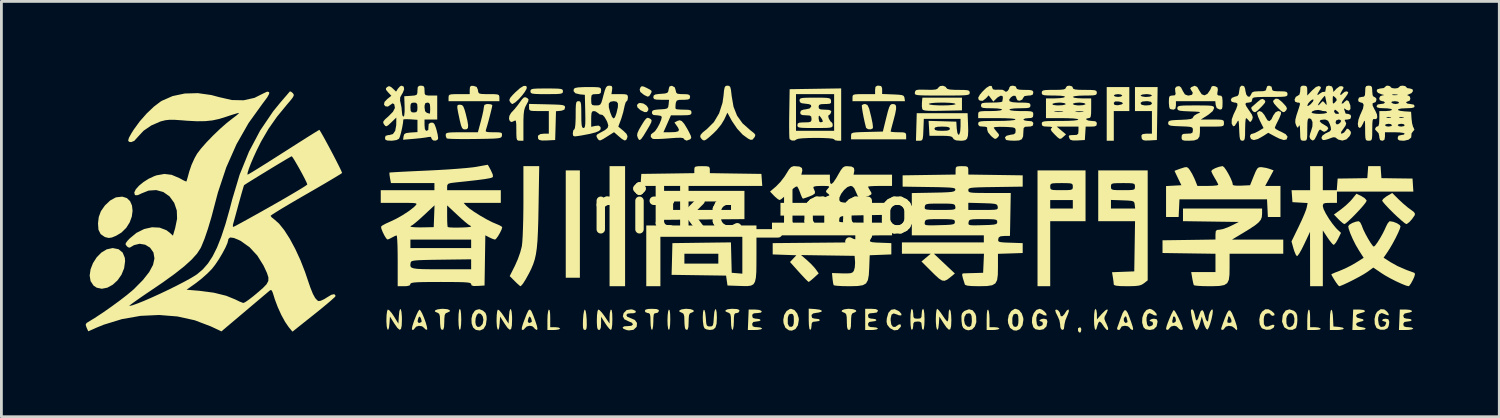
<source format=kicad_pcb>
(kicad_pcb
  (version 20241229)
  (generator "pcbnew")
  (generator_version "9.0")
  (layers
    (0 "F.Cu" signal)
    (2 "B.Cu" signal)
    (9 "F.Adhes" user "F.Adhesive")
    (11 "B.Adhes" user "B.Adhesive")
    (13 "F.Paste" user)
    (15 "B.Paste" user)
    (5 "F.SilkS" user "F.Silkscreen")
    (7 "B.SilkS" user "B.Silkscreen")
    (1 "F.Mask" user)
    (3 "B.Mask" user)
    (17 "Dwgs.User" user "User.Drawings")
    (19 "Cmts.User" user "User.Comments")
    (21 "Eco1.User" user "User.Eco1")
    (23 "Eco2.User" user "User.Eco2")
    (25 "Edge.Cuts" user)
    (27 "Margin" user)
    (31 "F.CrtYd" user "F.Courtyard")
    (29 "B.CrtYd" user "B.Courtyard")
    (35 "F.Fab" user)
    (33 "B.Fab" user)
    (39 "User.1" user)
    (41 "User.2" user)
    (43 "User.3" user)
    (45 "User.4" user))
  (footprint "nitkc_logo"
    (layer "F.Cu")
    (at 23.787 4.426)
    (property "Reference" "nitkc_logo" (at 0 0 0) (layer "F.SilkS") (effects (font (size 1.524 1.524) (thickness 0.3))))
    (attr board_only exclude_from_pos_files exclude_from_bom)
    (fp_poly (pts (xy -6.187 2.414) (xy -6.69 2.414) (xy -6.69 -1.408) (xy -6.187 -1.408)) (stroke (width 0) (type solid)) (fill yes) (layer "F.SilkS"))
    (fp_poly (pts (xy -4.577 2.716) (xy -5.13 2.716) (xy -5.13 -1.559) (xy -4.577 -1.559)) (stroke (width 0) (type solid)) (fill yes) (layer "F.SilkS"))
    (fp_poly (pts (xy 11.661 4.217) (xy 11.669 4.275) (xy 11.644 4.361) (xy 11.592 4.365) (xy 11.552 4.305) (xy 11.552 4.213) (xy 11.625 4.175) (xy 11.627 4.175)) (stroke (width 0) (type solid)) (fill yes) (layer "F.SilkS"))
    (fp_poly (pts (xy -3.929 -3.791) (xy -3.82 -3.722) (xy -3.753 -3.63) (xy -3.75 -3.556) (xy -3.803 -3.485) (xy -3.891 -3.485) (xy -4.032 -3.556) (xy -4.038 -3.56) (xy -4.136 -3.651) (xy -4.156 -3.738) (xy -4.096 -3.798) (xy -4.048 -3.81)) (stroke (width 0) (type solid)) (fill yes) (layer "F.SilkS"))
    (fp_poly (pts (xy -0.327 0.327) (xy -1.85 0.34) (xy -3.373 0.354) (xy -3.364 0) (xy -2.867 0) (xy -0.805 0) (xy -0.805 -0.302) (xy -2.867 -0.302) (xy -2.867 0) (xy -3.364 0) (xy -3.359 -0.163) (xy -3.345 -0.679) (xy -0.327 -0.679)) (stroke (width 0) (type solid)) (fill yes) (layer "F.SilkS"))
    (fp_poly (pts (xy -3.909 -4.392) (xy -3.818 -4.35) (xy -3.691 -4.284) (xy -3.636 -4.241) (xy -3.635 -4.197) (xy -3.669 -4.129) (xy -3.721 -4.051) (xy -3.78 -4.036) (xy -3.878 -4.083) (xy -3.929 -4.115) (xy -4.036 -4.204) (xy -4.058 -4.292) (xy -4.027 -4.369) (xy -3.985 -4.406)) (stroke (width 0) (type solid)) (fill yes) (layer "F.SilkS"))
    (fp_poly (pts (xy -2.99 3.575) (xy -2.973 3.696) (xy -2.968 3.895) (xy -2.974 4.086) (xy -2.991 4.22) (xy -3.015 4.275) (xy -3.018 4.275) (xy -3.044 4.229) (xy -3.062 4.104) (xy -3.068 3.926) (xy -3.061 3.748) (xy -3.044 3.612) (xy -3.019 3.547) (xy -3.018 3.546)) (stroke (width 0) (type solid)) (fill yes) (layer "F.SilkS"))
    (fp_poly (pts (xy 20.603 3.594) (xy 20.625 3.729) (xy 20.632 3.834) (xy 20.647 4.15) (xy 20.836 4.165) (xy 20.974 4.189) (xy 21.02 4.221) (xy 20.979 4.252) (xy 20.856 4.273) (xy 20.773 4.275) (xy 20.521 4.275) (xy 20.521 3.926) (xy 20.529 3.721) (xy 20.549 3.594) (xy 20.576 3.55)) (stroke (width 0) (type solid)) (fill yes) (layer "F.SilkS"))
    (fp_poly (pts (xy -10.436 3.568) (xy -10.419 3.694) (xy -10.412 3.88) (xy -10.411 3.898) (xy -10.418 4.088) (xy -10.435 4.221) (xy -10.459 4.275) (xy -10.462 4.275) (xy -10.487 4.228) (xy -10.505 4.102) (xy -10.512 3.916) (xy -10.512 3.898) (xy -10.506 3.708) (xy -10.489 3.575) (xy -10.464 3.521) (xy -10.462 3.521)) (stroke (width 0) (type solid)) (fill yes) (layer "F.SilkS"))
    (fp_poly (pts (xy -5.984 3.592) (xy -5.961 3.714) (xy -5.947 3.886) (xy -5.945 3.911) (xy -5.941 4.102) (xy -5.949 4.214) (xy -5.974 4.265) (xy -6.01 4.275) (xy -6.052 4.26) (xy -6.074 4.201) (xy -6.08 4.078) (xy -6.076 3.911) (xy -6.062 3.734) (xy -6.04 3.604) (xy -6.014 3.547) (xy -6.01 3.546)) (stroke (width 0) (type solid)) (fill yes) (layer "F.SilkS"))
    (fp_poly (pts (xy 8.376 3.609) (xy 8.394 3.742) (xy 8.4 3.876) (xy 8.4 4.175) (xy 8.576 4.175) (xy 8.692 4.187) (xy 8.75 4.218) (xy 8.752 4.225) (xy 8.707 4.255) (xy 8.593 4.273) (xy 8.525 4.275) (xy 8.299 4.275) (xy 8.299 3.895) (xy 8.305 3.692) (xy 8.322 3.573) (xy 8.349 3.546)) (stroke (width 0) (type solid)) (fill yes) (layer "F.SilkS"))
    (fp_poly (pts (xy 18.68 -3.952) (xy 18.791 -3.867) (xy 18.859 -3.799) (xy 18.959 -3.688) (xy 18.992 -3.615) (xy 18.97 -3.556) (xy 18.964 -3.548) (xy 18.907 -3.491) (xy 18.853 -3.482) (xy 18.778 -3.531) (xy 18.661 -3.645) (xy 18.645 -3.661) (xy 18.537 -3.783) (xy 18.498 -3.86) (xy 18.519 -3.913) (xy 18.597 -3.965)) (stroke (width 0) (type solid)) (fill yes) (layer "F.SilkS"))
    (fp_poly (pts (xy -8.077 -4.382) (xy -8.086 -4.312) (xy -8.151 -4.199) (xy -8.253 -4.066) (xy -8.371 -3.935) (xy -8.487 -3.831) (xy -8.579 -3.776) (xy -8.6 -3.772) (xy -8.645 -3.809) (xy -8.681 -3.859) (xy -8.699 -3.917) (xy -8.67 -3.989) (xy -8.582 -4.092) (xy -8.489 -4.186) (xy -8.316 -4.34) (xy -8.192 -4.415) (xy -8.109 -4.415)) (stroke (width 0) (type solid)) (fill yes) (layer "F.SilkS"))
    (fp_poly (pts (xy -7.264 3.573) (xy -7.247 3.692) (xy -7.243 3.845) (xy -7.243 4.175) (xy -7.067 4.175) (xy -6.95 4.187) (xy -6.892 4.218) (xy -6.891 4.225) (xy -6.936 4.255) (xy -7.049 4.273) (xy -7.117 4.275) (xy -7.343 4.275) (xy -7.343 3.926) (xy -7.337 3.748) (xy -7.319 3.612) (xy -7.294 3.547) (xy -7.293 3.546)) (stroke (width 0) (type solid)) (fill yes) (layer "F.SilkS"))
    (fp_poly (pts (xy 19.795 3.573) (xy 19.813 3.692) (xy 19.817 3.845) (xy 19.817 4.175) (xy 19.99 4.175) (xy 20.115 4.188) (xy 20.191 4.221) (xy 20.194 4.225) (xy 20.169 4.256) (xy 20.057 4.273) (xy 19.971 4.275) (xy 19.716 4.275) (xy 19.716 3.926) (xy 19.723 3.748) (xy 19.741 3.612) (xy 19.766 3.547) (xy 19.767 3.546)) (stroke (width 0) (type solid)) (fill yes) (layer "F.SilkS"))
    (fp_poly (pts (xy 18.183 -3.923) (xy 18.183 -3.923) (xy 18.221 -3.876) (xy 18.211 -3.821) (xy 18.141 -3.734) (xy 18.074 -3.664) (xy 17.95 -3.541) (xy 17.872 -3.485) (xy 17.816 -3.487) (xy 17.762 -3.538) (xy 17.753 -3.548) (xy 17.719 -3.628) (xy 17.734 -3.662) (xy 17.798 -3.716) (xy 17.902 -3.808) (xy 17.942 -3.843) (xy 18.05 -3.931) (xy 18.121 -3.955)) (stroke (width 0) (type solid)) (fill yes) (layer "F.SilkS"))
    (fp_poly (pts (xy -3.717 -3.266) (xy -3.655 -3.228) (xy -3.631 -3.183) (xy -3.649 -3.11) (xy -3.711 -2.99) (xy -3.801 -2.839) (xy -3.917 -2.648) (xy -3.996 -2.535) (xy -4.048 -2.49) (xy -4.086 -2.503) (xy -4.122 -2.564) (xy -4.126 -2.573) (xy -4.149 -2.65) (xy -4.138 -2.734) (xy -4.086 -2.852) (xy -3.997 -3.007) (xy -3.897 -3.168) (xy -3.827 -3.255) (xy -3.772 -3.283)) (stroke (width 0) (type solid)) (fill yes) (layer "F.SilkS"))
    (fp_poly (pts (xy -1.677 -1.556) (xy -1.595 -1.539) (xy -1.564 -1.496) (xy -1.559 -1.435) (xy -1.559 -1.31) (xy -0.641 -1.296) (xy 0.277 -1.283) (xy 0.292 -1.069) (xy 0.308 -0.855) (xy -4.03 -0.855) (xy -4.014 -1.069) (xy -3.999 -1.283) (xy -3.056 -1.296) (xy -2.112 -1.31) (xy -2.112 -1.435) (xy -2.105 -1.506) (xy -2.067 -1.543) (xy -1.973 -1.557) (xy -1.836 -1.559)) (stroke (width 0) (type solid)) (fill yes) (layer "F.SilkS"))
    (fp_poly (pts (xy 4.053 -3.736) (xy 4.111 -3.617) (xy 4.12 -3.584) (xy 4.191 -3.299) (xy 4.235 -3.084) (xy 4.25 -2.949) (xy 4.244 -2.907) (xy 4.174 -2.87) (xy 4.077 -2.875) (xy 4.009 -2.918) (xy 4.003 -2.93) (xy 3.959 -3.107) (xy 3.917 -3.302) (xy 3.882 -3.487) (xy 3.859 -3.637) (xy 3.853 -3.724) (xy 3.855 -3.733) (xy 3.919 -3.766) (xy 3.974 -3.772)) (stroke (width 0) (type solid)) (fill yes) (layer "F.SilkS"))
    (fp_poly (pts (xy -10.384 -3.734) (xy -10.336 -3.68) (xy -10.291 -3.564) (xy -10.251 -3.42) (xy -10.193 -3.179) (xy -10.167 -3.018) (xy -10.173 -2.922) (xy -10.213 -2.877) (xy -10.277 -2.867) (xy -10.338 -2.876) (xy -10.382 -2.918) (xy -10.42 -3.013) (xy -10.461 -3.179) (xy -10.478 -3.257) (xy -10.525 -3.48) (xy -10.55 -3.622) (xy -10.552 -3.702) (xy -10.53 -3.738) (xy -10.483 -3.747) (xy -10.449 -3.747)) (stroke (width 0) (type solid)) (fill yes) (layer "F.SilkS"))
    (fp_poly (pts (xy -22.615 1.399) (xy -22.469 1.518) (xy -22.392 1.705) (xy -22.382 1.824) (xy -22.417 2.077) (xy -22.512 2.309) (xy -22.653 2.509) (xy -22.826 2.666) (xy -23.017 2.769) (xy -23.211 2.807) (xy -23.394 2.769) (xy -23.507 2.693) (xy -23.612 2.533) (xy -23.644 2.334) (xy -23.612 2.115) (xy -23.526 1.894) (xy -23.395 1.689) (xy -23.229 1.519) (xy -23.036 1.403) (xy -22.827 1.358) (xy -22.821 1.358)) (stroke (width 0) (type solid)) (fill yes) (layer "F.SilkS"))
    (fp_poly (pts (xy 21.648 -0.49) (xy 21.763 -0.417) (xy 21.825 -0.343) (xy 21.829 -0.325) (xy 21.795 -0.263) (xy 21.707 -0.151) (xy 21.581 -0.008) (xy 21.436 0.146) (xy 21.291 0.292) (xy 21.162 0.412) (xy 21.07 0.487) (xy 21.036 0.503) (xy 20.979 0.47) (xy 20.882 0.385) (xy 20.829 0.334) (xy 20.665 0.164) (xy 20.917 -0.02) (xy 21.084 -0.156) (xy 21.242 -0.306) (xy 21.317 -0.391) (xy 21.467 -0.577)) (stroke (width 0) (type solid)) (fill yes) (layer "F.SilkS"))
    (fp_poly (pts (xy -22.32 -0.423) (xy -22.204 -0.312) (xy -22.137 -0.156) (xy -22.116 0.031) (xy -22.143 0.235) (xy -22.218 0.442) (xy -22.34 0.636) (xy -22.51 0.804) (xy -22.698 0.918) (xy -22.853 0.982) (xy -22.965 0.998) (xy -23.077 0.972) (xy -23.113 0.958) (xy -23.253 0.861) (xy -23.331 0.704) (xy -23.347 0.479) (xy -23.32 0.251) (xy -23.243 0.043) (xy -23.098 -0.163) (xy -22.915 -0.335) (xy -22.719 -0.443) (xy -22.694 -0.45) (xy -22.483 -0.473)) (stroke (width 0) (type solid)) (fill yes) (layer "F.SilkS"))
    (fp_poly (pts (xy 4.542 -4.41) (xy 4.574 -4.34) (xy 4.577 -4.277) (xy 4.577 -4.129) (xy 4.967 -4.114) (xy 5.164 -4.104) (xy 5.282 -4.089) (xy 5.343 -4.061) (xy 5.368 -4.014) (xy 5.373 -3.986) (xy 5.389 -3.873) (xy 3.521 -3.873) (xy 3.521 -3.999) (xy 3.525 -4.061) (xy 3.552 -4.098) (xy 3.621 -4.117) (xy 3.754 -4.124) (xy 3.923 -4.124) (xy 4.326 -4.124) (xy 4.326 -4.275) (xy 4.339 -4.383) (xy 4.397 -4.423) (xy 4.451 -4.426)) (stroke (width 0) (type solid)) (fill yes) (layer "F.SilkS"))
    (fp_poly (pts (xy 22.974 -0.372) (xy 23.132 -0.225) (xy 23.296 -0.087) (xy 23.396 -0.014) (xy 23.513 0.074) (xy 23.553 0.141) (xy 23.539 0.194) (xy 23.447 0.326) (xy 23.347 0.436) (xy 23.263 0.498) (xy 23.242 0.503) (xy 23.186 0.47) (xy 23.076 0.38) (xy 22.928 0.248) (xy 22.785 0.113) (xy 22.623 -0.049) (xy 22.492 -0.189) (xy 22.407 -0.291) (xy 22.382 -0.335) (xy 22.422 -0.394) (xy 22.521 -0.473) (xy 22.562 -0.498) (xy 22.741 -0.604)) (stroke (width 0) (type solid)) (fill yes) (layer "F.SilkS"))
    (fp_poly (pts (xy -7.12 -4.324) (xy -6.955 -4.319) (xy -6.857 -4.307) (xy -6.808 -4.285) (xy -6.791 -4.25) (xy -6.79 -4.225) (xy -6.796 -4.182) (xy -6.826 -4.153) (xy -6.896 -4.136) (xy -7.024 -4.127) (xy -7.227 -4.125) (xy -7.369 -4.124) (xy -7.617 -4.125) (xy -7.782 -4.131) (xy -7.88 -4.143) (xy -7.929 -4.165) (xy -7.946 -4.2) (xy -7.947 -4.225) (xy -7.941 -4.268) (xy -7.911 -4.297) (xy -7.841 -4.314) (xy -7.713 -4.322) (xy -7.51 -4.325) (xy -7.369 -4.326)) (stroke (width 0) (type solid)) (fill yes) (layer "F.SilkS"))
    (fp_poly (pts (xy -3.463 3.529) (xy -3.386 3.557) (xy -3.37 3.596) (xy -3.412 3.658) (xy -3.47 3.672) (xy -3.527 3.683) (xy -3.557 3.731) (xy -3.569 3.84) (xy -3.571 3.973) (xy -3.579 4.134) (xy -3.599 4.243) (xy -3.621 4.275) (xy -3.648 4.229) (xy -3.666 4.11) (xy -3.672 3.973) (xy -3.675 3.805) (xy -3.691 3.714) (xy -3.728 3.677) (xy -3.772 3.672) (xy -3.854 3.64) (xy -3.873 3.596) (xy -3.846 3.549) (xy -3.753 3.526) (xy -3.621 3.521)) (stroke (width 0) (type solid)) (fill yes) (layer "F.SilkS"))
    (fp_poly (pts (xy -0.596 3.529) (xy -0.519 3.557) (xy -0.503 3.596) (xy -0.545 3.658) (xy -0.604 3.672) (xy -0.66 3.683) (xy -0.69 3.731) (xy -0.702 3.84) (xy -0.704 3.973) (xy -0.712 4.134) (xy -0.732 4.243) (xy -0.754 4.275) (xy -0.781 4.23) (xy -0.8 4.111) (xy -0.805 3.979) (xy -0.81 3.809) (xy -0.829 3.714) (xy -0.872 3.669) (xy -0.905 3.657) (xy -0.998 3.616) (xy -1.002 3.573) (xy -0.927 3.538) (xy -0.785 3.521) (xy -0.754 3.521)) (stroke (width 0) (type solid)) (fill yes) (layer "F.SilkS"))
    (fp_poly (pts (xy -10.911 3.534) (xy -10.825 3.567) (xy -10.816 3.609) (xy -10.894 3.651) (xy -10.914 3.657) (xy -10.972 3.686) (xy -11.002 3.752) (xy -11.014 3.88) (xy -11.015 3.979) (xy -11.024 4.167) (xy -11.051 4.261) (xy -11.1 4.268) (xy -11.132 4.242) (xy -11.151 4.176) (xy -11.164 4.045) (xy -11.166 3.946) (xy -11.172 3.788) (xy -11.196 3.702) (xy -11.249 3.663) (xy -11.272 3.656) (xy -11.35 3.618) (xy -11.343 3.578) (xy -11.263 3.543) (xy -11.126 3.523) (xy -11.062 3.521)) (stroke (width 0) (type solid)) (fill yes) (layer "F.SilkS"))
    (fp_poly (pts (xy -2.243 3.534) (xy -2.151 3.567) (xy -2.126 3.609) (xy -2.184 3.649) (xy -2.208 3.656) (xy -2.268 3.684) (xy -2.3 3.746) (xy -2.312 3.867) (xy -2.314 3.979) (xy -2.322 4.167) (xy -2.35 4.261) (xy -2.399 4.268) (xy -2.431 4.242) (xy -2.45 4.176) (xy -2.462 4.045) (xy -2.465 3.946) (xy -2.47 3.788) (xy -2.495 3.702) (xy -2.547 3.663) (xy -2.57 3.656) (xy -2.647 3.618) (xy -2.639 3.575) (xy -2.56 3.54) (xy -2.424 3.521) (xy -2.389 3.521)) (stroke (width 0) (type solid)) (fill yes) (layer "F.SilkS"))
    (fp_poly (pts (xy -9.971 -4.417) (xy -9.864 -4.381) (xy -9.82 -4.286) (xy -9.817 -4.263) (xy -9.805 -4.192) (xy -9.774 -4.151) (xy -9.702 -4.131) (xy -9.567 -4.125) (xy -9.427 -4.124) (xy -9.237 -4.123) (xy -9.125 -4.113) (xy -9.071 -4.088) (xy -9.055 -4.041) (xy -9.053 -3.999) (xy -9.053 -3.873) (xy -10.864 -3.873) (xy -10.864 -3.999) (xy -10.859 -4.063) (xy -10.831 -4.1) (xy -10.758 -4.118) (xy -10.619 -4.124) (xy -10.487 -4.124) (xy -10.11 -4.124) (xy -10.11 -4.279) (xy -10.099 -4.385) (xy -10.05 -4.42)) (stroke (width 0) (type solid)) (fill yes) (layer "F.SilkS"))
    (fp_poly (pts (xy 3.541 3.534) (xy 3.634 3.567) (xy 3.658 3.609) (xy 3.601 3.649) (xy 3.576 3.656) (xy 3.516 3.684) (xy 3.484 3.746) (xy 3.472 3.867) (xy 3.47 3.979) (xy 3.464 4.153) (xy 3.443 4.245) (xy 3.402 4.275) (xy 3.395 4.275) (xy 3.351 4.252) (xy 3.327 4.168) (xy 3.32 4.007) (xy 3.32 3.979) (xy 3.315 3.81) (xy 3.296 3.716) (xy 3.254 3.67) (xy 3.214 3.656) (xy 3.137 3.618) (xy 3.145 3.575) (xy 3.224 3.54) (xy 3.36 3.521) (xy 3.395 3.521)) (stroke (width 0) (type solid)) (fill yes) (layer "F.SilkS"))
    (fp_poly (pts (xy 21.711 3.56) (xy 21.774 3.594) (xy 21.75 3.634) (xy 21.632 3.669) (xy 21.617 3.672) (xy 21.494 3.714) (xy 21.451 3.776) (xy 21.491 3.835) (xy 21.59 3.864) (xy 21.69 3.889) (xy 21.728 3.923) (xy 21.685 3.96) (xy 21.59 3.983) (xy 21.479 4.021) (xy 21.453 4.083) (xy 21.51 4.142) (xy 21.603 4.166) (xy 21.75 4.194) (xy 21.801 4.229) (xy 21.756 4.259) (xy 21.616 4.275) (xy 21.585 4.275) (xy 21.322 4.275) (xy 21.336 3.911) (xy 21.351 3.546) (xy 21.565 3.546)) (stroke (width 0) (type solid)) (fill yes) (layer "F.SilkS"))
    (fp_poly (pts (xy 5.176 3.608) (xy 5.188 3.617) (xy 5.265 3.705) (xy 5.256 3.757) (xy 5.175 3.753) (xy 5.11 3.725) (xy 4.988 3.685) (xy 4.913 3.727) (xy 4.881 3.858) (xy 4.879 3.928) (xy 4.902 4.078) (xy 4.962 4.162) (xy 5.045 4.166) (xy 5.093 4.131) (xy 5.18 4.075) (xy 5.24 4.082) (xy 5.245 4.144) (xy 5.234 4.168) (xy 5.134 4.273) (xy 5.003 4.288) (xy 4.864 4.214) (xy 4.842 4.193) (xy 4.76 4.091) (xy 4.734 3.982) (xy 4.744 3.858) (xy 4.799 3.665) (xy 4.896 3.555) (xy 5.025 3.534)) (stroke (width 0) (type solid)) (fill yes) (layer "F.SilkS"))
    (fp_poly (pts (xy 11.218 3.547) (xy 11.227 3.607) (xy 11.189 3.723) (xy 11.166 3.773) (xy 11.101 3.934) (xy 11.067 4.09) (xy 11.065 4.122) (xy 11.048 4.243) (xy 10.998 4.274) (xy 10.948 4.242) (xy 10.923 4.171) (xy 10.914 4.067) (xy 10.888 3.927) (xy 10.823 3.776) (xy 10.816 3.764) (xy 10.759 3.649) (xy 10.742 3.569) (xy 10.745 3.56) (xy 10.796 3.548) (xy 10.862 3.594) (xy 10.909 3.668) (xy 10.914 3.7) (xy 10.938 3.783) (xy 10.997 3.784) (xy 11.07 3.708) (xy 11.09 3.672) (xy 11.155 3.577) (xy 11.211 3.545)) (stroke (width 0) (type solid)) (fill yes) (layer "F.SilkS"))
    (fp_poly (pts (xy -12.563 3.541) (xy -12.54 3.632) (xy -12.526 3.8) (xy -12.524 3.898) (xy -12.532 4.118) (xy -12.558 4.24) (xy -12.608 4.268) (xy -12.685 4.202) (xy -12.794 4.047) (xy -12.801 4.036) (xy -12.951 3.797) (xy -12.967 4.036) (xy -12.986 4.199) (xy -13.013 4.268) (xy -13.041 4.25) (xy -13.065 4.151) (xy -13.077 3.978) (xy -13.077 3.926) (xy -13.071 3.748) (xy -13.053 3.612) (xy -13.029 3.547) (xy -13.028 3.547) (xy -12.978 3.57) (xy -12.898 3.66) (xy -12.814 3.782) (xy -12.65 4.049) (xy -12.634 3.785) (xy -12.616 3.611) (xy -12.59 3.532)) (stroke (width 0) (type solid)) (fill yes) (layer "F.SilkS"))
    (fp_poly (pts (xy -8.64 3.541) (xy -8.616 3.632) (xy -8.602 3.8) (xy -8.601 3.898) (xy -8.609 4.118) (xy -8.635 4.24) (xy -8.684 4.267) (xy -8.761 4.202) (xy -8.871 4.046) (xy -8.877 4.036) (xy -9.028 3.797) (xy -9.044 4.036) (xy -9.063 4.199) (xy -9.09 4.268) (xy -9.118 4.25) (xy -9.142 4.151) (xy -9.154 3.978) (xy -9.154 3.926) (xy -9.148 3.748) (xy -9.132 3.613) (xy -9.11 3.55) (xy -9.109 3.549) (xy -9.061 3.573) (xy -8.98 3.664) (xy -8.895 3.785) (xy -8.727 4.048) (xy -8.711 3.784) (xy -8.693 3.611) (xy -8.667 3.532)) (stroke (width 0) (type solid)) (fill yes) (layer "F.SilkS"))
    (fp_poly (pts (xy -7.356 -3.761) (xy -7.092 -3.754) (xy -6.912 -3.746) (xy -6.801 -3.733) (xy -6.742 -3.712) (xy -6.718 -3.681) (xy -6.715 -3.647) (xy -6.741 -3.571) (xy -6.837 -3.535) (xy -6.876 -3.53) (xy -7.038 -3.515) (xy -7.052 -3.002) (xy -7.067 -2.49) (xy -7.357 -2.475) (xy -7.534 -2.472) (xy -7.633 -2.492) (xy -7.675 -2.535) (xy -7.681 -2.641) (xy -7.597 -2.701) (xy -7.466 -2.716) (xy -7.293 -2.716) (xy -7.293 -3.521) (xy -7.645 -3.521) (xy -7.829 -3.523) (xy -7.934 -3.533) (xy -7.983 -3.561) (xy -7.997 -3.613) (xy -7.997 -3.648) (xy -7.997 -3.775)) (stroke (width 0) (type solid)) (fill yes) (layer "F.SilkS"))
    (fp_poly (pts (xy -1.341 3.541) (xy -1.317 3.641) (xy -1.308 3.838) (xy -1.319 4.054) (xy -1.36 4.189) (xy -1.438 4.257) (xy -1.559 4.275) (xy -1.682 4.253) (xy -1.75 4.215) (xy -1.783 4.133) (xy -1.805 3.98) (xy -1.811 3.828) (xy -1.802 3.644) (xy -1.78 3.557) (xy -1.751 3.563) (xy -1.723 3.659) (xy -1.702 3.842) (xy -1.7 3.873) (xy -1.688 4.032) (xy -1.665 4.114) (xy -1.618 4.145) (xy -1.559 4.15) (xy -1.49 4.143) (xy -1.451 4.107) (xy -1.431 4.019) (xy -1.419 3.856) (xy -1.418 3.835) (xy -1.399 3.638) (xy -1.371 3.54)) (stroke (width 0) (type solid)) (fill yes) (layer "F.SilkS"))
    (fp_poly (pts (xy 2.2 3.531) (xy 2.357 3.553) (xy 2.43 3.589) (xy 2.413 3.627) (xy 2.304 3.656) (xy 2.251 3.662) (xy 2.122 3.685) (xy 2.068 3.734) (xy 2.062 3.775) (xy 2.087 3.847) (xy 2.179 3.872) (xy 2.213 3.873) (xy 2.319 3.887) (xy 2.364 3.923) (xy 2.364 3.923) (xy 2.32 3.958) (xy 2.215 3.973) (xy 2.213 3.973) (xy 2.106 3.986) (xy 2.067 4.045) (xy 2.062 4.124) (xy 2.048 4.23) (xy 2.013 4.275) (xy 2.012 4.275) (xy 1.987 4.228) (xy 1.969 4.102) (xy 1.962 3.915) (xy 1.962 3.895) (xy 1.962 3.515)) (stroke (width 0) (type solid)) (fill yes) (layer "F.SilkS"))
    (fp_poly (pts (xy -4.294 3.552) (xy -4.202 3.596) (xy -4.196 3.645) (xy -4.265 3.678) (xy -4.367 3.68) (xy -4.49 3.692) (xy -4.533 3.742) (xy -4.498 3.804) (xy -4.383 3.854) (xy -4.374 3.856) (xy -4.228 3.919) (xy -4.153 4.025) (xy -4.163 4.152) (xy -4.171 4.168) (xy -4.277 4.269) (xy -4.441 4.291) (xy -4.523 4.277) (xy -4.641 4.229) (xy -4.665 4.178) (xy -4.599 4.143) (xy -4.493 4.138) (xy -4.352 4.125) (xy -4.297 4.079) (xy -4.332 4.018) (xy -4.458 3.964) (xy -4.602 3.895) (xy -4.657 3.789) (xy -4.629 3.674) (xy -4.52 3.565) (xy -4.361 3.54)) (stroke (width 0) (type solid)) (fill yes) (layer "F.SilkS"))
    (fp_poly (pts (xy 18.336 3.537) (xy 18.448 3.599) (xy 18.539 3.684) (xy 18.552 3.747) (xy 18.485 3.772) (xy 18.484 3.772) (xy 18.417 3.743) (xy 18.409 3.718) (xy 18.367 3.683) (xy 18.296 3.681) (xy 18.218 3.712) (xy 18.179 3.795) (xy 18.166 3.892) (xy 18.171 4.066) (xy 18.223 4.152) (xy 18.323 4.151) (xy 18.382 4.125) (xy 18.494 4.085) (xy 18.548 4.104) (xy 18.529 4.173) (xy 18.51 4.199) (xy 18.402 4.261) (xy 18.256 4.269) (xy 18.121 4.225) (xy 18.085 4.196) (xy 18.022 4.072) (xy 18.007 3.904) (xy 18.039 3.736) (xy 18.107 3.621) (xy 18.223 3.536)) (stroke (width 0) (type solid)) (fill yes) (layer "F.SilkS"))
    (fp_poly (pts (xy -9.651 3.579) (xy -9.634 3.59) (xy -9.548 3.668) (xy -9.512 3.775) (xy -9.506 3.89) (xy -9.536 4.1) (xy -9.619 4.237) (xy -9.748 4.294) (xy -9.891 4.272) (xy -9.989 4.188) (xy -10.041 4.046) (xy -10.043 3.996) (xy -9.909 3.996) (xy -9.888 4.104) (xy -9.826 4.169) (xy -9.739 4.156) (xy -9.66 4.072) (xy -9.648 4.049) (xy -9.622 3.917) (xy -9.647 3.79) (xy -9.713 3.701) (xy -9.796 3.681) (xy -9.858 3.738) (xy -9.899 3.856) (xy -9.909 3.996) (xy -10.043 3.996) (xy -10.049 3.879) (xy -10.013 3.718) (xy -9.933 3.596) (xy -9.881 3.561) (xy -9.767 3.534)) (stroke (width 0) (type solid)) (fill yes) (layer "F.SilkS"))
    (fp_poly (pts (xy -7.659 -0.113) (xy -7.668 0.372) (xy -7.681 0.77) (xy -7.697 1.095) (xy -7.721 1.361) (xy -7.753 1.58) (xy -7.795 1.766) (xy -7.85 1.934) (xy -7.919 2.097) (xy -7.995 2.251) (xy -8.115 2.469) (xy -8.214 2.625) (xy -8.285 2.707) (xy -8.305 2.716) (xy -8.349 2.684) (xy -8.44 2.601) (xy -8.506 2.536) (xy -8.686 2.356) (xy -8.497 1.981) (xy -8.397 1.754) (xy -8.311 1.512) (xy -8.256 1.302) (xy -8.254 1.289) (xy -8.238 1.15) (xy -8.224 0.928) (xy -8.213 0.642) (xy -8.204 0.311) (xy -8.199 -0.048) (xy -8.198 -0.293) (xy -8.198 -1.559) (xy -7.635 -1.559)) (stroke (width 0) (type solid)) (fill yes) (layer "F.SilkS"))
    (fp_poly (pts (xy -5.053 3.575) (xy -5.035 3.696) (xy -5.03 3.895) (xy -5.036 4.091) (xy -5.054 4.224) (xy -5.08 4.275) (xy -5.081 4.275) (xy -5.134 4.236) (xy -5.217 4.135) (xy -5.282 4.039) (xy -5.432 3.803) (xy -5.432 4.039) (xy -5.441 4.192) (xy -5.472 4.263) (xy -5.508 4.275) (xy -5.549 4.254) (xy -5.572 4.18) (xy -5.582 4.032) (xy -5.583 3.926) (xy -5.577 3.748) (xy -5.56 3.612) (xy -5.536 3.548) (xy -5.535 3.547) (xy -5.485 3.57) (xy -5.401 3.659) (xy -5.309 3.783) (xy -5.13 4.048) (xy -5.13 3.812) (xy -5.12 3.666) (xy -5.095 3.567) (xy -5.08 3.546)) (stroke (width 0) (type solid)) (fill yes) (layer "F.SilkS"))
    (fp_poly (pts (xy 1.453 3.566) (xy 1.551 3.684) (xy 1.605 3.846) (xy 1.61 3.914) (xy 1.578 4.107) (xy 1.492 4.24) (xy 1.364 4.298) (xy 1.257 4.287) (xy 1.133 4.199) (xy 1.066 4.034) (xy 1.056 3.914) (xy 1.065 3.865) (xy 1.216 3.865) (xy 1.217 4.052) (xy 1.265 4.151) (xy 1.345 4.165) (xy 1.403 4.129) (xy 1.429 4.036) (xy 1.433 3.922) (xy 1.427 3.781) (xy 1.399 3.715) (xy 1.34 3.697) (xy 1.333 3.697) (xy 1.258 3.722) (xy 1.223 3.815) (xy 1.216 3.865) (xy 1.065 3.865) (xy 1.088 3.742) (xy 1.171 3.604) (xy 1.285 3.528) (xy 1.333 3.521)) (stroke (width 0) (type solid)) (fill yes) (layer "F.SilkS"))
    (fp_poly (pts (xy 3.118 -2.465) (xy 2.993 -2.465) (xy 2.898 -2.482) (xy 2.867 -2.515) (xy 2.818 -2.536) (xy 2.68 -2.552) (xy 2.462 -2.562) (xy 2.216 -2.565) (xy 1.951 -2.561) (xy 1.738 -2.551) (xy 1.594 -2.535) (xy 1.534 -2.515) (xy 1.459 -2.47) (xy 1.357 -2.473) (xy 1.284 -2.52) (xy 1.28 -2.529) (xy 1.272 -2.599) (xy 1.267 -2.751) (xy 1.267 -2.817) (xy 1.509 -2.817) (xy 2.867 -2.817) (xy 2.867 -4.124) (xy 1.509 -4.124) (xy 1.509 -2.817) (xy 1.267 -2.817) (xy 1.265 -2.968) (xy 1.266 -3.231) (xy 1.269 -3.447) (xy 1.283 -4.3) (xy 2.2 -4.314) (xy 3.118 -4.328)) (stroke (width 0) (type solid)) (fill yes) (layer "F.SilkS"))
    (fp_poly (pts (xy 9.451 3.566) (xy 9.548 3.684) (xy 9.602 3.846) (xy 9.607 3.914) (xy 9.575 4.107) (xy 9.489 4.24) (xy 9.362 4.298) (xy 9.255 4.287) (xy 9.13 4.199) (xy 9.064 4.034) (xy 9.053 3.914) (xy 9.063 3.865) (xy 9.213 3.865) (xy 9.214 4.052) (xy 9.262 4.151) (xy 9.343 4.165) (xy 9.4 4.129) (xy 9.426 4.036) (xy 9.431 3.922) (xy 9.424 3.781) (xy 9.397 3.715) (xy 9.337 3.697) (xy 9.33 3.697) (xy 9.256 3.722) (xy 9.22 3.815) (xy 9.213 3.865) (xy 9.063 3.865) (xy 9.086 3.742) (xy 9.169 3.604) (xy 9.283 3.528) (xy 9.33 3.521)) (stroke (width 0) (type solid)) (fill yes) (layer "F.SilkS"))
    (fp_poly (pts (xy 5.035 -3.757) (xy 5.072 -3.703) (xy 5.074 -3.595) (xy 5.041 -3.419) (xy 4.979 -3.181) (xy 4.931 -3.003) (xy 4.895 -2.866) (xy 4.879 -2.795) (xy 4.879 -2.792) (xy 4.924 -2.778) (xy 5.042 -2.769) (xy 5.155 -2.766) (xy 5.314 -2.763) (xy 5.396 -2.746) (xy 5.428 -2.703) (xy 5.432 -2.641) (xy 5.432 -2.515) (xy 3.47 -2.515) (xy 3.47 -2.639) (xy 3.474 -2.693) (xy 3.494 -2.729) (xy 3.55 -2.751) (xy 3.657 -2.764) (xy 3.835 -2.772) (xy 4.036 -2.777) (xy 4.602 -2.791) (xy 4.723 -3.282) (xy 4.78 -3.506) (xy 4.824 -3.649) (xy 4.864 -3.73) (xy 4.908 -3.765) (xy 4.962 -3.772)) (stroke (width 0) (type solid)) (fill yes) (layer "F.SilkS"))
    (fp_poly (pts (xy 7.419 -3.546) (xy 6.726 -3.532) (xy 6.44 -3.528) (xy 6.24 -3.53) (xy 6.111 -3.54) (xy 6.038 -3.559) (xy 6.007 -3.588) (xy 6.006 -3.59) (xy 5.991 -3.688) (xy 5.993 -3.772) (xy 6.237 -3.772) (xy 6.284 -3.749) (xy 6.417 -3.732) (xy 6.619 -3.723) (xy 6.715 -3.722) (xy 6.94 -3.727) (xy 7.102 -3.741) (xy 7.185 -3.762) (xy 7.192 -3.772) (xy 7.145 -3.796) (xy 7.012 -3.813) (xy 6.81 -3.822) (xy 6.715 -3.823) (xy 6.489 -3.818) (xy 6.327 -3.804) (xy 6.244 -3.782) (xy 6.237 -3.772) (xy 5.993 -3.772) (xy 5.994 -3.826) (xy 5.994 -3.83) (xy 6.01 -3.999) (xy 7.419 -3.999)) (stroke (width 0) (type solid)) (fill yes) (layer "F.SilkS"))
    (fp_poly (pts (xy 7.802 3.575) (xy 7.895 3.697) (xy 7.925 3.799) (xy 7.931 3.997) (xy 7.876 4.156) (xy 7.776 4.258) (xy 7.643 4.288) (xy 7.541 4.258) (xy 7.466 4.204) (xy 7.425 4.117) (xy 7.405 3.966) (xy 7.404 3.937) (xy 7.403 3.926) (xy 7.495 3.926) (xy 7.526 4.067) (xy 7.608 4.151) (xy 7.694 4.163) (xy 7.747 4.117) (xy 7.769 3.995) (xy 7.771 3.923) (xy 7.762 3.777) (xy 7.729 3.704) (xy 7.676 3.68) (xy 7.571 3.701) (xy 7.509 3.807) (xy 7.495 3.926) (xy 7.403 3.926) (xy 7.4 3.778) (xy 7.422 3.684) (xy 7.48 3.619) (xy 7.519 3.592) (xy 7.671 3.537)) (stroke (width 0) (type solid)) (fill yes) (layer "F.SilkS"))
    (fp_poly (pts (xy -8.052 -3.977) (xy -8.015 -3.934) (xy -8.029 -3.863) (xy -8.09 -3.749) (xy -8.14 -3.652) (xy -8.171 -3.545) (xy -8.189 -3.403) (xy -8.197 -3.203) (xy -8.198 -3.015) (xy -8.198 -2.465) (xy -8.324 -2.465) (xy -8.388 -2.469) (xy -8.425 -2.497) (xy -8.443 -2.569) (xy -8.449 -2.706) (xy -8.45 -2.848) (xy -8.452 -3.04) (xy -8.462 -3.148) (xy -8.483 -3.188) (xy -8.518 -3.175) (xy -8.523 -3.171) (xy -8.616 -3.129) (xy -8.681 -3.162) (xy -8.711 -3.244) (xy -8.698 -3.351) (xy -8.635 -3.459) (xy -8.615 -3.48) (xy -8.51 -3.593) (xy -8.39 -3.743) (xy -8.342 -3.81) (xy -8.244 -3.944) (xy -8.177 -4.007) (xy -8.118 -4.012)) (stroke (width 0) (type solid)) (fill yes) (layer "F.SilkS"))
    (fp_poly (pts (xy 4.349 3.531) (xy 4.417 3.564) (xy 4.426 3.596) (xy 4.388 3.652) (xy 4.266 3.672) (xy 4.25 3.672) (xy 4.129 3.683) (xy 4.08 3.727) (xy 4.074 3.772) (xy 4.098 3.846) (xy 4.186 3.872) (xy 4.225 3.873) (xy 4.331 3.887) (xy 4.376 3.923) (xy 4.376 3.923) (xy 4.332 3.958) (xy 4.227 3.973) (xy 4.225 3.973) (xy 4.115 3.989) (xy 4.076 4.048) (xy 4.074 4.074) (xy 4.094 4.143) (xy 4.171 4.171) (xy 4.25 4.175) (xy 4.366 4.187) (xy 4.425 4.218) (xy 4.426 4.225) (xy 4.381 4.255) (xy 4.267 4.273) (xy 4.2 4.275) (xy 3.973 4.275) (xy 3.973 3.521) (xy 4.2 3.521)) (stroke (width 0) (type solid)) (fill yes) (layer "F.SilkS"))
    (fp_poly (pts (xy 6.584 3.56) (xy 6.664 3.66) (xy 6.723 3.747) (xy 6.809 3.874) (xy 6.878 3.956) (xy 6.903 3.973) (xy 6.926 3.928) (xy 6.939 3.814) (xy 6.941 3.744) (xy 6.951 3.604) (xy 6.977 3.544) (xy 6.991 3.546) (xy 7.016 3.608) (xy 7.034 3.743) (xy 7.042 3.92) (xy 7.042 3.926) (xy 7.033 4.136) (xy 7.004 4.248) (xy 6.951 4.264) (xy 6.869 4.186) (xy 6.765 4.036) (xy 6.614 3.797) (xy 6.599 4.036) (xy 6.58 4.199) (xy 6.554 4.269) (xy 6.527 4.253) (xy 6.503 4.158) (xy 6.49 3.99) (xy 6.488 3.898) (xy 6.494 3.718) (xy 6.509 3.584) (xy 6.53 3.522) (xy 6.534 3.521)) (stroke (width 0) (type solid)) (fill yes) (layer "F.SilkS"))
    (fp_poly (pts (xy 19.234 3.589) (xy 19.241 3.593) (xy 19.319 3.663) (xy 19.356 3.761) (xy 19.364 3.914) (xy 19.352 4.069) (xy 19.322 4.186) (xy 19.304 4.215) (xy 19.185 4.271) (xy 19.04 4.263) (xy 18.915 4.194) (xy 18.889 4.163) (xy 18.817 3.978) (xy 18.829 3.865) (xy 18.971 3.865) (xy 18.974 4.045) (xy 19.02 4.152) (xy 19.098 4.179) (xy 19.201 4.116) (xy 19.203 4.114) (xy 19.252 4.009) (xy 19.259 3.865) (xy 19.224 3.737) (xy 19.219 3.73) (xy 19.141 3.67) (xy 19.056 3.692) (xy 18.991 3.781) (xy 18.971 3.865) (xy 18.829 3.865) (xy 18.839 3.761) (xy 18.859 3.704) (xy 18.949 3.581) (xy 19.082 3.54)) (stroke (width 0) (type solid)) (fill yes) (layer "F.SilkS"))
    (fp_poly (pts (xy 23.369 3.559) (xy 23.442 3.591) (xy 23.436 3.627) (xy 23.342 3.657) (xy 23.3 3.662) (xy 23.181 3.691) (xy 23.138 3.754) (xy 23.137 3.775) (xy 23.162 3.847) (xy 23.254 3.872) (xy 23.288 3.873) (xy 23.393 3.887) (xy 23.438 3.923) (xy 23.438 3.923) (xy 23.395 3.958) (xy 23.289 3.973) (xy 23.288 3.973) (xy 23.177 3.989) (xy 23.138 4.048) (xy 23.137 4.074) (xy 23.156 4.143) (xy 23.233 4.171) (xy 23.313 4.175) (xy 23.429 4.187) (xy 23.487 4.218) (xy 23.489 4.225) (xy 23.443 4.254) (xy 23.328 4.272) (xy 23.235 4.275) (xy 22.981 4.275) (xy 22.996 3.911) (xy 23.011 3.546) (xy 23.225 3.546)) (stroke (width 0) (type solid)) (fill yes) (layer "F.SilkS"))
    (fp_poly (pts (xy -7.914 3.602) (xy -7.848 3.754) (xy -7.779 3.94) (xy -7.717 4.128) (xy -7.697 4.237) (xy -7.717 4.275) (xy -7.721 4.275) (xy -7.793 4.235) (xy -7.814 4.2) (xy -7.881 4.143) (xy -7.972 4.124) (xy -8.08 4.151) (xy -8.13 4.2) (xy -8.193 4.267) (xy -8.229 4.275) (xy -8.258 4.253) (xy -8.251 4.177) (xy -8.206 4.032) (xy -8.181 3.966) (xy -8.045 3.966) (xy -8.012 4.018) (xy -7.972 4.024) (xy -7.906 3.99) (xy -7.897 3.961) (xy -7.924 3.863) (xy -7.941 3.831) (xy -7.982 3.794) (xy -8.015 3.848) (xy -8.045 3.966) (xy -8.181 3.966) (xy -8.17 3.936) (xy -8.084 3.711) (xy -8.02 3.58) (xy -7.967 3.544)) (stroke (width 0) (type solid)) (fill yes) (layer "F.SilkS"))
    (fp_poly (pts (xy 0.197 3.56) (xy 0.281 3.596) (xy 0.289 3.609) (xy 0.264 3.655) (xy 0.145 3.672) (xy 0.13 3.672) (xy 0.007 3.682) (xy -0.044 3.724) (xy -0.05 3.772) (xy -0.027 3.846) (xy 0.062 3.872) (xy 0.101 3.873) (xy 0.207 3.887) (xy 0.251 3.923) (xy 0.251 3.923) (xy 0.208 3.958) (xy 0.102 3.973) (xy 0.101 3.973) (xy -0.01 3.989) (xy -0.049 4.048) (xy -0.05 4.074) (xy -0.031 4.143) (xy 0.046 4.171) (xy 0.126 4.175) (xy 0.242 4.187) (xy 0.3 4.218) (xy 0.302 4.225) (xy 0.257 4.254) (xy 0.141 4.272) (xy 0.048 4.275) (xy -0.206 4.275) (xy -0.191 3.911) (xy -0.176 3.546) (xy 0.046 3.546)) (stroke (width 0) (type solid)) (fill yes) (layer "F.SilkS"))
    (fp_poly (pts (xy 10.266 3.548) (xy 10.351 3.611) (xy 10.417 3.686) (xy 10.436 3.745) (xy 10.419 3.761) (xy 10.332 3.75) (xy 10.285 3.721) (xy 10.181 3.673) (xy 10.106 3.714) (xy 10.069 3.835) (xy 10.069 3.935) (xy 10.088 4.074) (xy 10.126 4.137) (xy 10.184 4.15) (xy 10.274 4.112) (xy 10.301 4.061) (xy 10.282 3.987) (xy 10.236 3.973) (xy 10.181 3.95) (xy 10.185 3.923) (xy 10.254 3.884) (xy 10.339 3.873) (xy 10.436 3.897) (xy 10.462 3.977) (xy 10.427 4.149) (xy 10.324 4.249) (xy 10.185 4.275) (xy 10.034 4.248) (xy 9.961 4.178) (xy 9.911 4.013) (xy 9.919 3.837) (xy 9.974 3.678) (xy 10.067 3.563) (xy 10.185 3.521)) (stroke (width 0) (type solid)) (fill yes) (layer "F.SilkS"))
    (fp_poly (pts (xy 12.205 3.565) (xy 12.223 3.675) (xy 12.224 3.709) (xy 12.226 3.898) (xy 12.4 3.701) (xy 12.517 3.584) (xy 12.59 3.539) (xy 12.611 3.567) (xy 12.572 3.667) (xy 12.548 3.71) (xy 12.499 3.804) (xy 12.492 3.882) (xy 12.529 3.983) (xy 12.57 4.065) (xy 12.625 4.208) (xy 12.619 4.277) (xy 12.566 4.264) (xy 12.48 4.163) (xy 12.457 4.124) (xy 12.384 4.023) (xy 12.324 3.974) (xy 12.319 3.973) (xy 12.276 4.017) (xy 12.24 4.122) (xy 12.24 4.124) (xy 12.205 4.246) (xy 12.173 4.273) (xy 12.145 4.215) (xy 12.127 4.076) (xy 12.122 3.898) (xy 12.128 3.708) (xy 12.145 3.575) (xy 12.17 3.521) (xy 12.172 3.521)) (stroke (width 0) (type solid)) (fill yes) (layer "F.SilkS"))
    (fp_poly (pts (xy 14.189 3.548) (xy 14.275 3.611) (xy 14.34 3.686) (xy 14.359 3.745) (xy 14.342 3.761) (xy 14.256 3.75) (xy 14.208 3.721) (xy 14.104 3.673) (xy 14.029 3.714) (xy 13.992 3.835) (xy 13.992 3.935) (xy 14.011 4.074) (xy 14.049 4.137) (xy 14.108 4.15) (xy 14.197 4.112) (xy 14.224 4.061) (xy 14.205 3.987) (xy 14.159 3.973) (xy 14.104 3.95) (xy 14.108 3.923) (xy 14.178 3.884) (xy 14.262 3.873) (xy 14.359 3.897) (xy 14.385 3.977) (xy 14.35 4.149) (xy 14.247 4.249) (xy 14.108 4.275) (xy 13.957 4.248) (xy 13.884 4.178) (xy 13.835 4.013) (xy 13.842 3.837) (xy 13.897 3.678) (xy 13.99 3.563) (xy 14.108 3.521)) (stroke (width 0) (type solid)) (fill yes) (layer "F.SilkS"))
    (fp_poly (pts (xy -11.856 3.591) (xy -11.798 3.697) (xy -11.736 3.844) (xy -11.679 4.002) (xy -11.638 4.143) (xy -11.622 4.242) (xy -11.632 4.269) (xy -11.695 4.248) (xy -11.729 4.206) (xy -11.808 4.143) (xy -11.921 4.127) (xy -12.02 4.158) (xy -12.053 4.2) (xy -12.113 4.267) (xy -12.147 4.275) (xy -12.17 4.244) (xy -12.154 4.143) (xy -12.097 3.966) (xy -11.968 3.966) (xy -11.936 4.018) (xy -11.895 4.024) (xy -11.829 3.99) (xy -11.821 3.961) (xy -11.847 3.863) (xy -11.864 3.831) (xy -11.905 3.794) (xy -11.939 3.848) (xy -11.968 3.966) (xy -12.097 3.966) (xy -12.096 3.963) (xy -12.078 3.916) (xy -12.009 3.743) (xy -11.947 3.615) (xy -11.903 3.553) (xy -11.898 3.551)) (stroke (width 0) (type solid)) (fill yes) (layer "F.SilkS"))
    (fp_poly (pts (xy 0.101 1.551) (xy 0.1 1.925) (xy 0.096 2.209) (xy 0.08 2.416) (xy 0.048 2.558) (xy -0.007 2.647) (xy -0.092 2.694) (xy -0.212 2.711) (xy -0.374 2.71) (xy -0.509 2.706) (xy -0.93 2.691) (xy -0.956 2.515) (xy -0.981 2.339) (xy -2.921 2.311) (xy -2.91 1.911) (xy -2.465 1.911) (xy -1.257 1.911) (xy -1.257 1.559) (xy -2.465 1.559) (xy -2.465 1.911) (xy -2.91 1.911) (xy -2.906 1.747) (xy -2.892 1.182) (xy -1.85 1.168) (xy -0.808 1.155) (xy -0.794 1.697) (xy -0.78 2.238) (xy -0.591 2.254) (xy -0.402 2.269) (xy -0.402 0.956) (xy -3.32 0.956) (xy -3.32 2.716) (xy -3.823 2.716) (xy -3.823 0.553) (xy 0.101 0.553)) (stroke (width 0) (type solid)) (fill yes) (layer "F.SilkS"))
    (fp_poly (pts (xy 17.031 3.665) (xy 17.107 3.844) (xy 17.144 3.943) (xy 17.202 4.122) (xy 17.223 4.238) (xy 17.207 4.282) (xy 17.154 4.244) (xy 17.129 4.212) (xy 17.037 4.146) (xy 16.918 4.127) (xy 16.817 4.156) (xy 16.781 4.2) (xy 16.732 4.26) (xy 16.673 4.275) (xy 16.648 4.239) (xy 16.665 4.177) (xy 16.709 4.048) (xy 16.748 3.944) (xy 16.869 3.944) (xy 16.873 4.009) (xy 16.94 4.024) (xy 17.014 4.001) (xy 17.015 3.922) (xy 16.977 3.836) (xy 16.932 3.786) (xy 16.902 3.796) (xy 16.9 3.815) (xy 16.883 3.903) (xy 16.869 3.944) (xy 16.748 3.944) (xy 16.772 3.878) (xy 16.78 3.857) (xy 16.854 3.678) (xy 16.914 3.584) (xy 16.97 3.58)) (stroke (width 0) (type solid)) (fill yes) (layer "F.SilkS"))
    (fp_poly (pts (xy 11.82 0.402) (xy 10.562 0.402) (xy 10.562 2.716) (xy 10.11 2.716) (xy 10.11 -0.05) (xy 10.562 -0.05) (xy 11.367 -0.05) (xy 11.367 -0.352) (xy 10.562 -0.352) (xy 10.562 -0.05) (xy 10.11 -0.05) (xy 10.11 -0.83) (xy 10.562 -0.83) (xy 10.567 -0.768) (xy 10.593 -0.73) (xy 10.663 -0.711) (xy 10.795 -0.705) (xy 10.965 -0.704) (xy 11.164 -0.705) (xy 11.284 -0.714) (xy 11.344 -0.735) (xy 11.365 -0.777) (xy 11.367 -0.83) (xy 11.363 -0.892) (xy 11.336 -0.93) (xy 11.267 -0.948) (xy 11.134 -0.955) (xy 10.965 -0.956) (xy 10.765 -0.954) (xy 10.646 -0.946) (xy 10.586 -0.924) (xy 10.565 -0.883) (xy 10.562 -0.83) (xy 10.11 -0.83) (xy 10.11 -1.408) (xy 11.82 -1.408)) (stroke (width 0) (type solid)) (fill yes) (layer "F.SilkS"))
    (fp_poly (pts (xy 13.318 3.661) (xy 13.367 3.78) (xy 13.448 4.002) (xy 13.496 4.147) (xy 13.514 4.23) (xy 13.506 4.268) (xy 13.481 4.275) (xy 13.417 4.235) (xy 13.397 4.2) (xy 13.329 4.144) (xy 13.223 4.124) (xy 13.107 4.148) (xy 13.077 4.2) (xy 13.037 4.265) (xy 12.996 4.275) (xy 12.941 4.249) (xy 12.951 4.187) (xy 12.989 4.087) (xy 13.041 3.938) (xy 13.064 3.873) (xy 13.066 3.868) (xy 13.182 3.868) (xy 13.186 3.958) (xy 13.233 4.019) (xy 13.259 4.024) (xy 13.315 3.994) (xy 13.309 3.944) (xy 13.282 3.846) (xy 13.278 3.815) (xy 13.247 3.789) (xy 13.228 3.797) (xy 13.182 3.868) (xy 13.066 3.868) (xy 13.138 3.677) (xy 13.2 3.578) (xy 13.258 3.574)) (stroke (width 0) (type solid)) (fill yes) (layer "F.SilkS"))
    (fp_poly (pts (xy 13.379 -3.521) (xy 12.826 -3.521) (xy 12.826 -2.465) (xy 12.574 -2.465) (xy 12.574 -3.797) (xy 12.826 -3.797) (xy 12.852 -3.741) (xy 12.945 -3.728) (xy 12.989 -3.731) (xy 13.101 -3.756) (xy 13.152 -3.794) (xy 13.153 -3.797) (xy 13.109 -3.836) (xy 13.001 -3.862) (xy 12.989 -3.863) (xy 12.872 -3.862) (xy 12.828 -3.819) (xy 12.826 -3.797) (xy 12.574 -3.797) (xy 12.574 -4.074) (xy 12.826 -4.074) (xy 12.869 -4.039) (xy 12.975 -4.024) (xy 12.977 -4.024) (xy 13.083 -4.038) (xy 13.128 -4.073) (xy 13.128 -4.074) (xy 13.084 -4.109) (xy 12.979 -4.124) (xy 12.977 -4.124) (xy 12.871 -4.11) (xy 12.826 -4.075) (xy 12.826 -4.074) (xy 12.574 -4.074) (xy 12.574 -4.376) (xy 13.379 -4.376)) (stroke (width 0) (type solid)) (fill yes) (layer "F.SilkS"))
    (fp_poly (pts (xy 22.458 3.543) (xy 22.558 3.622) (xy 22.62 3.715) (xy 22.604 3.757) (xy 22.52 3.733) (xy 22.494 3.718) (xy 22.366 3.671) (xy 22.279 3.714) (xy 22.24 3.84) (xy 22.241 3.935) (xy 22.264 4.081) (xy 22.312 4.152) (xy 22.351 4.167) (xy 22.45 4.15) (xy 22.489 4.117) (xy 22.53 4.019) (xy 22.49 3.976) (xy 22.458 3.973) (xy 22.391 3.946) (xy 22.382 3.923) (xy 22.425 3.885) (xy 22.508 3.873) (xy 22.6 3.891) (xy 22.632 3.965) (xy 22.634 4.014) (xy 22.613 4.139) (xy 22.573 4.215) (xy 22.46 4.267) (xy 22.317 4.266) (xy 22.195 4.213) (xy 22.176 4.193) (xy 22.12 4.06) (xy 22.111 3.887) (xy 22.148 3.718) (xy 22.203 3.625) (xy 22.331 3.534)) (stroke (width 0) (type solid)) (fill yes) (layer "F.SilkS"))
    (fp_poly (pts (xy 14.999 3.6) (xy 15.06 3.701) (xy 15.132 3.841) (xy 15.202 3.995) (xy 15.258 4.134) (xy 15.286 4.232) (xy 15.286 4.238) (xy 15.259 4.275) (xy 15.193 4.266) (xy 15.132 4.219) (xy 15.121 4.2) (xy 15.054 4.141) (xy 14.97 4.124) (xy 14.865 4.152) (xy 14.819 4.2) (xy 14.769 4.261) (xy 14.711 4.273) (xy 14.687 4.231) (xy 14.705 4.146) (xy 14.752 4.01) (xy 14.778 3.944) (xy 14.908 3.944) (xy 14.912 4.011) (xy 14.958 4.024) (xy 15.025 3.982) (xy 15.039 3.926) (xy 15.016 3.83) (xy 14.989 3.797) (xy 14.942 3.799) (xy 14.938 3.815) (xy 14.922 3.903) (xy 14.908 3.944) (xy 14.778 3.944) (xy 14.814 3.854) (xy 14.879 3.707) (xy 14.934 3.601) (xy 14.963 3.565)) (stroke (width 0) (type solid)) (fill yes) (layer "F.SilkS"))
    (fp_poly (pts (xy 6.834 -4.386) (xy 6.859 -4.351) (xy 6.898 -4.311) (xy 6.991 -4.287) (xy 7.155 -4.277) (xy 7.291 -4.275) (xy 7.492 -4.273) (xy 7.613 -4.264) (xy 7.673 -4.241) (xy 7.694 -4.202) (xy 7.695 -4.175) (xy 7.691 -4.14) (xy 7.671 -4.115) (xy 7.62 -4.097) (xy 7.526 -4.085) (xy 7.377 -4.078) (xy 7.158 -4.075) (xy 6.856 -4.074) (xy 6.711 -4.074) (xy 6.374 -4.074) (xy 6.124 -4.076) (xy 5.95 -4.081) (xy 5.837 -4.09) (xy 5.773 -4.105) (xy 5.745 -4.127) (xy 5.74 -4.158) (xy 5.743 -4.183) (xy 5.758 -4.238) (xy 5.798 -4.269) (xy 5.884 -4.283) (xy 6.038 -4.283) (xy 6.149 -4.28) (xy 6.355 -4.278) (xy 6.481 -4.289) (xy 6.547 -4.315) (xy 6.569 -4.347) (xy 6.638 -4.41) (xy 6.743 -4.423)) (stroke (width 0) (type solid)) (fill yes) (layer "F.SilkS"))
    (fp_poly (pts (xy 6.061 3.568) (xy 6.079 3.694) (xy 6.086 3.88) (xy 6.086 3.898) (xy 6.08 4.088) (xy 6.063 4.221) (xy 6.038 4.275) (xy 6.036 4.275) (xy 6 4.232) (xy 5.985 4.126) (xy 5.985 4.124) (xy 5.973 4.017) (xy 5.914 3.978) (xy 5.834 3.973) (xy 5.728 3.986) (xy 5.688 4.045) (xy 5.684 4.124) (xy 5.669 4.23) (xy 5.634 4.275) (xy 5.633 4.275) (xy 5.608 4.228) (xy 5.59 4.102) (xy 5.583 3.916) (xy 5.583 3.898) (xy 5.589 3.708) (xy 5.606 3.575) (xy 5.631 3.521) (xy 5.633 3.521) (xy 5.667 3.565) (xy 5.683 3.674) (xy 5.684 3.697) (xy 5.692 3.815) (xy 5.735 3.864) (xy 5.834 3.873) (xy 5.936 3.863) (xy 5.977 3.813) (xy 5.985 3.697) (xy 5.998 3.58) (xy 6.029 3.522) (xy 6.036 3.521)) (stroke (width 0) (type solid)) (fill yes) (layer "F.SilkS"))
    (fp_poly (pts (xy 15.671 3.598) (xy 15.712 3.74) (xy 15.718 3.776) (xy 15.749 3.906) (xy 15.783 3.939) (xy 15.824 3.875) (xy 15.869 3.739) (xy 15.923 3.602) (xy 15.976 3.564) (xy 16.026 3.627) (xy 16.064 3.76) (xy 16.104 3.895) (xy 16.147 3.966) (xy 16.182 3.963) (xy 16.196 3.876) (xy 16.212 3.753) (xy 16.252 3.636) (xy 16.301 3.556) (xy 16.341 3.543) (xy 16.353 3.602) (xy 16.339 3.726) (xy 16.306 3.883) (xy 16.261 4.044) (xy 16.214 4.178) (xy 16.17 4.255) (xy 16.159 4.262) (xy 16.114 4.23) (xy 16.061 4.125) (xy 16.031 4.039) (xy 15.959 3.797) (xy 15.895 4.036) (xy 15.847 4.174) (xy 15.796 4.261) (xy 15.772 4.275) (xy 15.731 4.23) (xy 15.681 4.112) (xy 15.633 3.945) (xy 15.631 3.937) (xy 15.594 3.762) (xy 15.573 3.627) (xy 15.574 3.559) (xy 15.575 3.559) (xy 15.622 3.534)) (stroke (width 0) (type solid)) (fill yes) (layer "F.SilkS"))
    (fp_poly (pts (xy -0.871 -4.417) (xy -0.833 -4.377) (xy -0.808 -4.283) (xy -0.788 -4.115) (xy -0.782 -4.061) (xy -0.716 -3.676) (xy -0.59 -3.357) (xy -0.394 -3.084) (xy -0.114 -2.835) (xy -0.091 -2.818) (xy 0.02 -2.73) (xy 0.061 -2.671) (xy 0.045 -2.611) (xy 0.02 -2.573) (xy -0.043 -2.501) (xy -0.11 -2.498) (xy -0.191 -2.536) (xy -0.388 -2.679) (xy -0.587 -2.895) (xy -0.766 -3.158) (xy -0.792 -3.203) (xy -0.934 -3.464) (xy -1.046 -3.22) (xy -1.154 -3.042) (xy -1.313 -2.846) (xy -1.438 -2.721) (xy -1.593 -2.582) (xy -1.694 -2.502) (xy -1.76 -2.474) (xy -1.809 -2.488) (xy -1.851 -2.525) (xy -1.901 -2.597) (xy -1.891 -2.671) (xy -1.811 -2.762) (xy -1.664 -2.879) (xy -1.416 -3.126) (xy -1.228 -3.442) (xy -1.108 -3.814) (xy -1.072 -4.064) (xy -1.054 -4.252) (xy -1.032 -4.361) (xy -0.999 -4.412) (xy -0.946 -4.426) (xy -0.93 -4.426)) (stroke (width 0) (type solid)) (fill yes) (layer "F.SilkS"))
    (fp_poly (pts (xy 14.36 -2.49) (xy 14.102 -2.475) (xy 13.947 -2.471) (xy 13.864 -2.489) (xy 13.825 -2.537) (xy 13.818 -2.56) (xy 13.809 -2.654) (xy 13.856 -2.701) (xy 13.981 -2.716) (xy 14.016 -2.716) (xy 14.184 -2.716) (xy 14.184 -3.521) (xy 13.58 -3.521) (xy 13.58 -3.797) (xy 13.781 -3.797) (xy 13.815 -3.745) (xy 13.925 -3.723) (xy 13.983 -3.722) (xy 14.122 -3.734) (xy 14.18 -3.776) (xy 14.184 -3.797) (xy 14.151 -3.85) (xy 14.04 -3.872) (xy 13.983 -3.873) (xy 13.843 -3.86) (xy 13.785 -3.819) (xy 13.781 -3.797) (xy 13.58 -3.797) (xy 13.58 -4.074) (xy 13.781 -4.074) (xy 13.826 -4.043) (xy 13.937 -4.025) (xy 13.983 -4.024) (xy 14.109 -4.035) (xy 14.179 -4.063) (xy 14.184 -4.074) (xy 14.139 -4.106) (xy 14.028 -4.123) (xy 13.983 -4.124) (xy 13.857 -4.113) (xy 13.787 -4.085) (xy 13.781 -4.074) (xy 13.58 -4.074) (xy 13.58 -4.376) (xy 14.387 -4.376)) (stroke (width 0) (type solid)) (fill yes) (layer "F.SilkS"))
    (fp_poly (pts (xy 18.107 0.142) (xy 18.097 0.254) (xy 18.061 0.35) (xy 17.983 0.445) (xy 17.853 0.551) (xy 17.656 0.681) (xy 17.457 0.803) (xy 17.035 1.056) (xy 18.861 1.056) (xy 18.861 1.559) (xy 16.95 1.559) (xy 16.95 2.037) (xy 16.946 2.302) (xy 16.923 2.487) (xy 16.866 2.607) (xy 16.759 2.675) (xy 16.588 2.707) (xy 16.338 2.716) (xy 16.224 2.716) (xy 16.005 2.713) (xy 15.826 2.703) (xy 15.709 2.69) (xy 15.676 2.678) (xy 15.655 2.609) (xy 15.628 2.48) (xy 15.619 2.427) (xy 15.583 2.213) (xy 16.447 2.213) (xy 16.447 1.561) (xy 14.561 1.534) (xy 14.561 1.081) (xy 15.504 1.068) (xy 16.447 1.054) (xy 16.447 0.879) (xy 16.456 0.761) (xy 16.499 0.713) (xy 16.588 0.704) (xy 16.71 0.682) (xy 16.876 0.623) (xy 17.003 0.566) (xy 17.277 0.428) (xy 16.284 0.414) (xy 15.29 0.4) (xy 15.29 -0.05) (xy 18.107 -0.05)) (stroke (width 0) (type solid)) (fill yes) (layer "F.SilkS"))
    (fp_poly (pts (xy 18.764 -3.499) (xy 18.782 -3.477) (xy 18.776 -3.411) (xy 18.73 -3.29) (xy 18.685 -3.197) (xy 18.614 -3.057) (xy 18.569 -2.953) (xy 18.56 -2.92) (xy 18.602 -2.877) (xy 18.71 -2.818) (xy 18.786 -2.784) (xy 18.946 -2.698) (xy 19.011 -2.614) (xy 19.012 -2.601) (xy 18.979 -2.509) (xy 18.88 -2.489) (xy 18.714 -2.542) (xy 18.596 -2.601) (xy 18.326 -2.747) (xy 18.154 -2.636) (xy 17.958 -2.526) (xy 17.818 -2.488) (xy 17.724 -2.519) (xy 17.707 -2.537) (xy 17.673 -2.63) (xy 17.713 -2.701) (xy 17.77 -2.716) (xy 17.85 -2.741) (xy 17.969 -2.802) (xy 17.995 -2.817) (xy 18.159 -2.917) (xy 18.031 -3.17) (xy 17.965 -3.317) (xy 17.931 -3.43) (xy 17.932 -3.472) (xy 18.006 -3.523) (xy 18.099 -3.489) (xy 18.191 -3.38) (xy 18.225 -3.316) (xy 18.3 -3.191) (xy 18.368 -3.161) (xy 18.439 -3.227) (xy 18.51 -3.372) (xy 18.585 -3.477) (xy 18.68 -3.523)) (stroke (width 0) (type solid)) (fill yes) (layer "F.SilkS"))
    (fp_poly (pts (xy 7.635 -3.069) (xy 7.642 -2.814) (xy 7.633 -2.643) (xy 7.602 -2.539) (xy 7.541 -2.485) (xy 7.442 -2.466) (xy 7.366 -2.465) (xy 7.208 -2.477) (xy 7.124 -2.519) (xy 7.103 -2.553) (xy 7.068 -2.598) (xy 6.997 -2.624) (xy 6.866 -2.637) (xy 6.664 -2.641) (xy 6.262 -2.641) (xy 6.248 -2.892) (xy 6.438 -2.892) (xy 6.463 -2.847) (xy 6.55 -2.823) (xy 6.715 -2.817) (xy 6.881 -2.823) (xy 6.967 -2.847) (xy 6.991 -2.892) (xy 6.966 -2.938) (xy 6.879 -2.961) (xy 6.715 -2.968) (xy 6.548 -2.961) (xy 6.462 -2.937) (xy 6.438 -2.892) (xy 6.248 -2.892) (xy 6.231 -3.172) (xy 7.218 -3.144) (xy 7.233 -2.901) (xy 7.256 -2.742) (xy 7.291 -2.675) (xy 7.328 -2.696) (xy 7.357 -2.799) (xy 7.369 -2.972) (xy 7.369 -3.244) (xy 6.061 -3.244) (xy 6.046 -2.854) (xy 6.037 -2.659) (xy 6.023 -2.543) (xy 5.997 -2.485) (xy 5.952 -2.466) (xy 5.906 -2.465) (xy 5.781 -2.465) (xy 5.809 -3.445) (xy 7.62 -3.445)) (stroke (width 0) (type solid)) (fill yes) (layer "F.SilkS"))
    (fp_poly (pts (xy -9.35 -3.76) (xy -9.305 -3.731) (xy -9.305 -3.73) (xy -9.317 -3.659) (xy -9.35 -3.521) (xy -9.394 -3.345) (xy -9.443 -3.159) (xy -9.489 -2.994) (xy -9.524 -2.878) (xy -9.532 -2.854) (xy -9.541 -2.806) (xy -9.504 -2.779) (xy -9.402 -2.768) (xy -9.257 -2.766) (xy -9.087 -2.764) (xy -8.995 -2.751) (xy -8.961 -2.718) (xy -8.961 -2.658) (xy -8.962 -2.653) (xy -8.97 -2.614) (xy -8.991 -2.585) (xy -9.038 -2.564) (xy -9.125 -2.55) (xy -9.264 -2.54) (xy -9.471 -2.534) (xy -9.758 -2.529) (xy -9.937 -2.526) (xy -10.238 -2.524) (xy -10.504 -2.525) (xy -10.718 -2.529) (xy -10.866 -2.537) (xy -10.929 -2.547) (xy -10.93 -2.547) (xy -10.96 -2.622) (xy -10.965 -2.674) (xy -10.957 -2.714) (xy -10.92 -2.74) (xy -10.84 -2.756) (xy -10.697 -2.764) (xy -10.476 -2.766) (xy -10.392 -2.766) (xy -9.819 -2.766) (xy -9.713 -3.16) (xy -9.663 -3.359) (xy -9.625 -3.533) (xy -9.607 -3.649) (xy -9.607 -3.663) (xy -9.586 -3.742) (xy -9.507 -3.77) (xy -9.456 -3.772)) (stroke (width 0) (type solid)) (fill yes) (layer "F.SilkS"))
    (fp_poly (pts (xy 14.033 2.508) (xy 13.9 2.612) (xy 13.821 2.662) (xy 13.724 2.694) (xy 13.584 2.71) (xy 13.377 2.716) (xy 13.297 2.716) (xy 13.058 2.712) (xy 12.908 2.698) (xy 12.836 2.673) (xy 12.825 2.653) (xy 12.817 2.564) (xy 12.798 2.428) (xy 12.794 2.404) (xy 12.763 2.218) (xy 13.159 2.203) (xy 13.555 2.188) (xy 13.583 0.402) (xy 12.272 0.402) (xy 12.272 -0.356) (xy 12.725 -0.356) (xy 12.725 -0.05) (xy 13.587 -0.05) (xy 13.571 -0.189) (xy 13.559 -0.257) (xy 13.53 -0.298) (xy 13.461 -0.322) (xy 13.332 -0.334) (xy 13.14 -0.342) (xy 12.725 -0.356) (xy 12.272 -0.356) (xy 12.272 -0.83) (xy 12.725 -0.83) (xy 12.729 -0.769) (xy 12.754 -0.732) (xy 12.82 -0.713) (xy 12.947 -0.705) (xy 13.153 -0.704) (xy 13.36 -0.705) (xy 13.486 -0.713) (xy 13.552 -0.732) (xy 13.576 -0.769) (xy 13.58 -0.83) (xy 13.576 -0.891) (xy 13.551 -0.928) (xy 13.485 -0.947) (xy 13.358 -0.955) (xy 13.153 -0.956) (xy 12.946 -0.954) (xy 12.819 -0.947) (xy 12.754 -0.928) (xy 12.729 -0.89) (xy 12.725 -0.83) (xy 12.272 -0.83) (xy 12.272 -1.408) (xy 14.033 -1.408)) (stroke (width 0) (type solid)) (fill yes) (layer "F.SilkS"))
    (fp_poly (pts (xy 15.797 -4.38) (xy 15.873 -4.247) (xy 15.958 -4.117) (xy 16.058 -4.081) (xy 16.162 -4.135) (xy 16.261 -4.277) (xy 16.31 -4.395) (xy 16.363 -4.416) (xy 16.44 -4.403) (xy 16.518 -4.36) (xy 16.532 -4.28) (xy 16.522 -4.221) (xy 16.509 -4.117) (xy 16.546 -4.078) (xy 16.594 -4.074) (xy 16.656 -4.062) (xy 16.687 -4.01) (xy 16.698 -3.892) (xy 16.699 -3.819) (xy 16.695 -3.669) (xy 16.676 -3.596) (xy 16.63 -3.576) (xy 16.585 -3.58) (xy 16.492 -3.628) (xy 16.456 -3.735) (xy 16.44 -3.873) (xy 15.039 -3.873) (xy 15.039 -3.722) (xy 15.022 -3.61) (xy 14.961 -3.572) (xy 14.947 -3.571) (xy 14.851 -3.588) (xy 14.821 -3.605) (xy 14.8 -3.672) (xy 14.788 -3.8) (xy 14.787 -3.856) (xy 14.793 -3.992) (xy 14.82 -4.056) (xy 14.886 -4.073) (xy 14.917 -4.074) (xy 15.006 -4.085) (xy 15.028 -4.139) (xy 15.015 -4.219) (xy 15.008 -4.335) (xy 15.059 -4.392) (xy 15.066 -4.395) (xy 15.155 -4.41) (xy 15.221 -4.362) (xy 15.286 -4.234) (xy 15.29 -4.226) (xy 15.359 -4.114) (xy 15.459 -4.076) (xy 15.498 -4.074) (xy 15.612 -4.101) (xy 15.64 -4.172) (xy 15.58 -4.267) (xy 15.546 -4.33) (xy 15.592 -4.377) (xy 15.708 -4.422)) (stroke (width 0) (type solid)) (fill yes) (layer "F.SilkS"))
    (fp_poly (pts (xy 20.27 -0.704) (xy 20.767 -0.704) (xy 20.782 -0.911) (xy 20.798 -1.117) (xy 21.326 -1.124) (xy 21.854 -1.132) (xy 21.87 -1.345) (xy 21.885 -1.559) (xy 22.326 -1.559) (xy 22.357 -1.132) (xy 22.91 -1.124) (xy 23.464 -1.117) (xy 23.494 -0.654) (xy 20.773 -0.654) (xy 20.773 -0.251) (xy 20.521 -0.251) (xy 20.372 -0.247) (xy 20.297 -0.226) (xy 20.272 -0.176) (xy 20.27 -0.131) (xy 20.299 -0.025) (xy 20.378 0.132) (xy 20.488 0.314) (xy 20.615 0.494) (xy 20.741 0.647) (xy 20.79 0.697) (xy 20.917 0.816) (xy 20.809 1.037) (xy 20.737 1.162) (xy 20.674 1.234) (xy 20.649 1.242) (xy 20.595 1.194) (xy 20.509 1.086) (xy 20.433 0.978) (xy 20.27 0.73) (xy 20.27 2.716) (xy 19.817 2.716) (xy 19.814 0.78) (xy 19.606 1.221) (xy 19.513 1.408) (xy 19.43 1.552) (xy 19.369 1.634) (xy 19.347 1.646) (xy 19.305 1.591) (xy 19.255 1.47) (xy 19.225 1.375) (xy 19.154 1.121) (xy 19.409 0.598) (xy 19.515 0.373) (xy 19.606 0.165) (xy 19.67 0.001) (xy 19.696 -0.085) (xy 19.728 -0.246) (xy 19.188 -0.277) (xy 19.173 -0.49) (xy 19.157 -0.704) (xy 19.817 -0.704) (xy 19.817 -1.559) (xy 20.27 -1.559)) (stroke (width 0) (type solid)) (fill yes) (layer "F.SilkS"))
    (fp_poly (pts (xy 21.985 -4.415) (xy 22.021 -4.363) (xy 22.03 -4.242) (xy 22.03 -4.225) (xy 22.043 -4.085) (xy 22.084 -4.027) (xy 22.106 -4.024) (xy 22.167 -3.982) (xy 22.181 -3.923) (xy 22.15 -3.841) (xy 22.106 -3.823) (xy 22.041 -3.796) (xy 22.045 -3.713) (xy 22.119 -3.566) (xy 22.136 -3.538) (xy 22.198 -3.401) (xy 22.208 -3.292) (xy 22.17 -3.234) (xy 22.105 -3.237) (xy 22.067 -3.237) (xy 22.044 -3.187) (xy 22.033 -3.072) (xy 22.03 -2.875) (xy 22.03 -2.865) (xy 22.029 -2.666) (xy 22.02 -2.547) (xy 21.999 -2.488) (xy 21.957 -2.467) (xy 21.904 -2.465) (xy 21.841 -2.469) (xy 21.804 -2.497) (xy 21.785 -2.568) (xy 21.778 -2.704) (xy 21.777 -2.854) (xy 21.775 -3.047) (xy 21.769 -3.152) (xy 21.756 -3.179) (xy 21.731 -3.142) (xy 21.704 -3.081) (xy 21.645 -2.972) (xy 21.592 -2.918) (xy 21.586 -2.917) (xy 21.531 -2.959) (xy 21.516 -3.067) (xy 21.539 -3.217) (xy 21.599 -3.383) (xy 21.61 -3.404) (xy 21.7 -3.61) (xy 21.724 -3.744) (xy 21.683 -3.812) (xy 21.628 -3.823) (xy 21.544 -3.858) (xy 21.527 -3.923) (xy 21.557 -4.002) (xy 21.653 -4.024) (xy 21.734 -4.035) (xy 21.77 -4.087) (xy 21.779 -4.207) (xy 21.779 -4.225) (xy 21.785 -4.355) (xy 21.818 -4.412) (xy 21.893 -4.426) (xy 21.904 -4.426)) (stroke (width 0) (type solid)) (fill yes) (layer "F.SilkS"))
    (fp_poly (pts (xy 16.758 -1.517) (xy 16.834 -1.411) (xy 16.918 -1.267) (xy 16.994 -1.115) (xy 17.047 -0.983) (xy 17.064 -0.899) (xy 17.062 -0.894) (xy 17.101 -0.874) (xy 17.214 -0.863) (xy 17.364 -0.865) (xy 17.679 -0.88) (xy 17.81 -1.207) (xy 17.882 -1.378) (xy 17.937 -1.475) (xy 17.993 -1.517) (xy 18.066 -1.524) (xy 18.096 -1.522) (xy 18.259 -1.495) (xy 18.383 -1.459) (xy 18.517 -1.408) (xy 18.217 -0.855) (xy 18.761 -0.855) (xy 18.761 0.251) (xy 18.313 0.251) (xy 18.298 -0.063) (xy 18.283 -0.377) (xy 15.165 -0.377) (xy 15.15 -0.063) (xy 15.135 0.251) (xy 14.687 0.251) (xy 14.687 -0.85) (xy 14.96 -0.865) (xy 15.233 -0.88) (xy 15.111 -1.132) (xy 15.045 -1.27) (xy 15 -1.365) (xy 14.989 -1.391) (xy 15.032 -1.41) (xy 15.14 -1.45) (xy 15.214 -1.476) (xy 15.352 -1.519) (xy 15.431 -1.524) (xy 15.487 -1.482) (xy 15.537 -1.415) (xy 15.62 -1.277) (xy 15.702 -1.108) (xy 15.72 -1.066) (xy 15.804 -0.855) (xy 16.176 -0.855) (xy 16.355 -0.86) (xy 16.486 -0.872) (xy 16.546 -0.89) (xy 16.547 -0.893) (xy 16.523 -0.955) (xy 16.461 -1.068) (xy 16.423 -1.132) (xy 16.349 -1.262) (xy 16.304 -1.361) (xy 16.298 -1.386) (xy 16.34 -1.434) (xy 16.443 -1.489) (xy 16.573 -1.536) (xy 16.692 -1.559) (xy 16.706 -1.559)) (stroke (width 0) (type solid)) (fill yes) (layer "F.SilkS"))
    (fp_poly (pts (xy 22.781 0.423) (xy 22.91 0.474) (xy 23.007 0.537) (xy 23.036 0.585) (xy 23.012 0.674) (xy 22.948 0.824) (xy 22.856 1.011) (xy 22.75 1.209) (xy 22.641 1.394) (xy 22.578 1.492) (xy 22.434 1.701) (xy 22.683 1.861) (xy 22.931 1.999) (xy 23.238 2.133) (xy 23.527 2.239) (xy 23.553 2.279) (xy 23.529 2.375) (xy 23.479 2.488) (xy 23.408 2.619) (xy 23.348 2.701) (xy 23.326 2.716) (xy 23.23 2.693) (xy 23.073 2.63) (xy 22.879 2.541) (xy 22.675 2.437) (xy 22.484 2.33) (xy 22.364 2.254) (xy 22.069 2.053) (xy 21.848 2.212) (xy 21.729 2.288) (xy 21.563 2.382) (xy 21.372 2.483) (xy 21.18 2.579) (xy 21.013 2.657) (xy 20.893 2.706) (xy 20.852 2.716) (xy 20.811 2.677) (xy 20.739 2.579) (xy 20.698 2.516) (xy 20.623 2.394) (xy 20.578 2.313) (xy 20.571 2.296) (xy 20.615 2.27) (xy 20.727 2.222) (xy 20.861 2.171) (xy 21.068 2.083) (xy 21.297 1.967) (xy 21.437 1.885) (xy 21.724 1.705) (xy 21.551 1.434) (xy 21.439 1.243) (xy 21.334 1.033) (xy 21.247 0.832) (xy 21.19 0.667) (xy 21.175 0.581) (xy 21.218 0.524) (xy 21.323 0.463) (xy 21.451 0.417) (xy 21.551 0.402) (xy 21.603 0.446) (xy 21.656 0.553) (xy 21.666 0.583) (xy 21.716 0.709) (xy 21.794 0.866) (xy 21.884 1.029) (xy 21.973 1.174) (xy 22.046 1.275) (xy 22.086 1.308) (xy 22.134 1.267) (xy 22.213 1.16) (xy 22.307 1.011) (xy 22.401 0.844) (xy 22.481 0.683) (xy 22.51 0.616) (xy 22.573 0.488) (xy 22.635 0.412) (xy 22.657 0.402)) (stroke (width 0) (type solid)) (fill yes) (layer "F.SilkS"))
    (fp_poly (pts (xy 16.01 -3.721) (xy 16.192 -3.717) (xy 16.306 -3.707) (xy 16.367 -3.689) (xy 16.392 -3.66) (xy 16.397 -3.62) (xy 16.349 -3.52) (xy 16.209 -3.401) (xy 16.161 -3.369) (xy 15.924 -3.219) (xy 16.337 -3.219) (xy 16.539 -3.218) (xy 16.661 -3.21) (xy 16.724 -3.189) (xy 16.746 -3.149) (xy 16.749 -3.093) (xy 16.745 -3.032) (xy 16.72 -2.995) (xy 16.654 -2.976) (xy 16.527 -2.969) (xy 16.321 -2.968) (xy 15.894 -2.968) (xy 15.894 -2.776) (xy 15.877 -2.616) (xy 15.814 -2.521) (xy 15.686 -2.475) (xy 15.507 -2.465) (xy 15.352 -2.468) (xy 15.272 -2.487) (xy 15.244 -2.532) (xy 15.24 -2.59) (xy 15.251 -2.671) (xy 15.303 -2.707) (xy 15.424 -2.716) (xy 15.441 -2.716) (xy 15.571 -2.723) (xy 15.629 -2.755) (xy 15.642 -2.831) (xy 15.642 -2.84) (xy 15.638 -2.899) (xy 15.611 -2.937) (xy 15.543 -2.958) (xy 15.414 -2.97) (xy 15.204 -2.978) (xy 15.202 -2.978) (xy 14.99 -2.987) (xy 14.86 -3) (xy 14.791 -3.023) (xy 14.765 -3.059) (xy 14.762 -3.093) (xy 14.771 -3.142) (xy 14.809 -3.173) (xy 14.897 -3.192) (xy 15.053 -3.203) (xy 15.202 -3.208) (xy 15.427 -3.22) (xy 15.566 -3.239) (xy 15.632 -3.267) (xy 15.642 -3.291) (xy 15.685 -3.355) (xy 15.788 -3.419) (xy 15.806 -3.427) (xy 15.878 -3.459) (xy 15.897 -3.48) (xy 15.851 -3.493) (xy 15.727 -3.502) (xy 15.529 -3.509) (xy 15.317 -3.519) (xy 15.186 -3.532) (xy 15.118 -3.555) (xy 15.092 -3.592) (xy 15.089 -3.623) (xy 15.095 -3.664) (xy 15.124 -3.691) (xy 15.191 -3.708) (xy 15.313 -3.718) (xy 15.505 -3.721) (xy 15.743 -3.722)) (stroke (width 0) (type solid)) (fill yes) (layer "F.SilkS"))
    (fp_poly (pts (xy 2.43 -3.998) (xy 2.589 -3.992) (xy 2.684 -3.979) (xy 2.732 -3.955) (xy 2.752 -3.915) (xy 2.757 -3.885) (xy 2.757 -3.816) (xy 2.715 -3.783) (xy 2.607 -3.773) (xy 2.543 -3.772) (xy 2.401 -3.766) (xy 2.333 -3.739) (xy 2.314 -3.681) (xy 2.314 -3.672) (xy 2.328 -3.609) (xy 2.39 -3.579) (xy 2.524 -3.571) (xy 2.54 -3.571) (xy 2.688 -3.562) (xy 2.756 -3.529) (xy 2.766 -3.494) (xy 2.727 -3.41) (xy 2.697 -3.39) (xy 2.654 -3.35) (xy 2.674 -3.266) (xy 2.684 -3.242) (xy 2.739 -3.151) (xy 2.779 -3.119) (xy 2.81 -3.076) (xy 2.817 -3.018) (xy 2.811 -2.976) (xy 2.783 -2.948) (xy 2.716 -2.93) (xy 2.594 -2.921) (xy 2.401 -2.918) (xy 2.188 -2.917) (xy 1.927 -2.918) (xy 1.75 -2.923) (xy 1.642 -2.933) (xy 1.584 -2.953) (xy 1.562 -2.984) (xy 1.559 -3.018) (xy 1.572 -3.078) (xy 1.629 -3.108) (xy 1.753 -3.118) (xy 1.811 -3.118) (xy 1.96 -3.122) (xy 2.034 -3.143) (xy 2.06 -3.194) (xy 2.062 -3.244) (xy 2.06 -3.257) (xy 2.315 -3.257) (xy 2.338 -3.146) (xy 2.389 -3.118) (xy 2.456 -3.14) (xy 2.465 -3.159) (xy 2.437 -3.227) (xy 2.391 -3.297) (xy 2.338 -3.36) (xy 2.318 -3.339) (xy 2.315 -3.257) (xy 2.06 -3.257) (xy 2.051 -3.325) (xy 1.999 -3.361) (xy 1.879 -3.37) (xy 1.861 -3.37) (xy 1.729 -3.379) (xy 1.671 -3.413) (xy 1.66 -3.467) (xy 1.683 -3.536) (xy 1.769 -3.571) (xy 1.848 -3.581) (xy 1.994 -3.613) (xy 2.052 -3.681) (xy 2.052 -3.681) (xy 2.042 -3.737) (xy 1.968 -3.768) (xy 1.852 -3.782) (xy 1.712 -3.8) (xy 1.649 -3.838) (xy 1.635 -3.898) (xy 1.641 -3.942) (xy 1.672 -3.971) (xy 1.744 -3.988) (xy 1.876 -3.996) (xy 2.084 -3.998) (xy 2.188 -3.999)) (stroke (width 0) (type solid)) (fill yes) (layer "F.SilkS"))
    (fp_poly (pts (xy 18.442 -4.391) (xy 18.459 -4.326) (xy 18.471 -4.267) (xy 18.523 -4.237) (xy 18.639 -4.226) (xy 18.736 -4.225) (xy 18.896 -4.221) (xy 18.979 -4.202) (xy 19.009 -4.16) (xy 19.012 -4.124) (xy 19.007 -4.083) (xy 18.978 -4.054) (xy 18.912 -4.037) (xy 18.79 -4.028) (xy 18.597 -4.024) (xy 18.384 -4.024) (xy 18.123 -4.023) (xy 17.946 -4.018) (xy 17.837 -4.008) (xy 17.78 -3.988) (xy 17.758 -3.957) (xy 17.755 -3.923) (xy 17.725 -3.844) (xy 17.629 -3.823) (xy 17.54 -3.813) (xy 17.512 -3.773) (xy 17.546 -3.689) (xy 17.643 -3.544) (xy 17.655 -3.527) (xy 17.744 -3.394) (xy 17.775 -3.304) (xy 17.759 -3.228) (xy 17.749 -3.209) (xy 17.701 -3.135) (xy 17.66 -3.147) (xy 17.63 -3.185) (xy 17.566 -3.254) (xy 17.536 -3.269) (xy 17.521 -3.223) (xy 17.509 -3.1) (xy 17.504 -2.924) (xy 17.503 -2.867) (xy 17.501 -2.666) (xy 17.491 -2.546) (xy 17.469 -2.486) (xy 17.429 -2.466) (xy 17.405 -2.465) (xy 17.355 -2.475) (xy 17.323 -2.519) (xy 17.305 -2.617) (xy 17.294 -2.79) (xy 17.292 -2.854) (xy 17.283 -3.047) (xy 17.273 -3.152) (xy 17.257 -3.182) (xy 17.23 -3.151) (xy 17.206 -3.106) (xy 17.132 -2.994) (xy 17.074 -2.98) (xy 17.029 -3.065) (xy 17.023 -3.087) (xy 17.027 -3.226) (xy 17.089 -3.399) (xy 17.091 -3.402) (xy 17.185 -3.599) (xy 17.229 -3.724) (xy 17.224 -3.793) (xy 17.172 -3.82) (xy 17.13 -3.823) (xy 17.025 -3.852) (xy 16.992 -3.918) (xy 17.029 -3.989) (xy 17.134 -4.032) (xy 17.139 -4.033) (xy 17.232 -4.058) (xy 17.276 -4.124) (xy 17.293 -4.238) (xy 17.316 -4.367) (xy 17.365 -4.421) (xy 17.403 -4.426) (xy 17.47 -4.401) (xy 17.504 -4.311) (xy 17.513 -4.238) (xy 17.545 -4.107) (xy 17.604 -4.035) (xy 17.668 -4.035) (xy 17.717 -4.117) (xy 17.718 -4.122) (xy 17.751 -4.184) (xy 17.823 -4.215) (xy 17.962 -4.225) (xy 18.002 -4.225) (xy 18.154 -4.23) (xy 18.231 -4.252) (xy 18.256 -4.3) (xy 18.258 -4.326) (xy 18.293 -4.41) (xy 18.358 -4.426)) (stroke (width 0) (type solid)) (fill yes) (layer "F.SilkS"))
    (fp_poly (pts (xy -2.901 -4.417) (xy -2.809 -4.366) (xy -2.776 -4.263) (xy -2.758 -4.18) (xy -2.713 -4.139) (xy -2.611 -4.126) (xy -2.512 -4.124) (xy -2.362 -4.119) (xy -2.288 -4.096) (xy -2.264 -4.045) (xy -2.263 -4.024) (xy -2.277 -3.963) (xy -2.334 -3.933) (xy -2.46 -3.923) (xy -2.509 -3.923) (xy -2.657 -3.919) (xy -2.733 -3.895) (xy -2.765 -3.836) (xy -2.777 -3.772) (xy -2.785 -3.658) (xy -2.774 -3.596) (xy -2.714 -3.582) (xy -2.586 -3.573) (xy -2.481 -3.571) (xy -2.324 -3.566) (xy -2.244 -3.546) (xy -2.215 -3.502) (xy -2.213 -3.47) (xy -2.222 -3.418) (xy -2.264 -3.388) (xy -2.359 -3.374) (xy -2.529 -3.37) (xy -2.578 -3.37) (xy -2.944 -3.37) (xy -3.077 -3.068) (xy -3.211 -2.766) (xy -2.993 -2.766) (xy -2.795 -2.773) (xy -2.687 -2.799) (xy -2.657 -2.851) (xy -2.696 -2.938) (xy -2.718 -2.97) (xy -2.82 -3.113) (xy -2.71 -3.172) (xy -2.632 -3.194) (xy -2.558 -3.164) (xy -2.474 -3.07) (xy -2.37 -2.901) (xy -2.303 -2.777) (xy -2.237 -2.644) (xy -2.221 -2.569) (xy -2.249 -2.524) (xy -2.263 -2.514) (xy -2.385 -2.468) (xy -2.465 -2.504) (xy -2.479 -2.529) (xy -2.512 -2.558) (xy -2.593 -2.571) (xy -2.739 -2.569) (xy -2.967 -2.553) (xy -3.012 -2.549) (xy -3.234 -2.533) (xy -3.424 -2.525) (xy -3.555 -2.527) (xy -3.596 -2.533) (xy -3.663 -2.598) (xy -3.658 -2.685) (xy -3.586 -2.748) (xy -3.575 -2.751) (xy -3.509 -2.807) (xy -3.427 -2.925) (xy -3.348 -3.072) (xy -3.29 -3.216) (xy -3.269 -3.316) (xy -3.314 -3.352) (xy -3.422 -3.369) (xy -3.445 -3.37) (xy -3.567 -3.381) (xy -3.616 -3.426) (xy -3.621 -3.468) (xy -3.608 -3.525) (xy -3.551 -3.557) (xy -3.428 -3.575) (xy -3.332 -3.581) (xy -3.169 -3.592) (xy -3.081 -3.614) (xy -3.043 -3.66) (xy -3.028 -3.747) (xy -3.027 -3.76) (xy -3.011 -3.923) (xy -3.291 -3.923) (xy -3.453 -3.928) (xy -3.537 -3.946) (xy -3.568 -3.988) (xy -3.571 -4.021) (xy -3.556 -4.08) (xy -3.494 -4.113) (xy -3.363 -4.131) (xy -3.307 -4.134) (xy -3.152 -4.147) (xy -3.071 -4.173) (xy -3.037 -4.227) (xy -3.027 -4.291) (xy -2.999 -4.393) (xy -2.932 -4.419)) (stroke (width 0) (type solid)) (fill yes) (layer "F.SilkS"))
    (fp_poly (pts (xy -5.056 -4.413) (xy -5.033 -4.353) (xy -5.04 -4.275) (xy -5.063 -4.124) (xy -4.77 -4.124) (xy -4.605 -4.122) (xy -4.518 -4.106) (xy -4.483 -4.068) (xy -4.476 -3.999) (xy -4.492 -3.904) (xy -4.522 -3.873) (xy -4.558 -3.828) (xy -4.592 -3.716) (xy -4.604 -3.659) (xy -4.645 -3.476) (xy -4.706 -3.272) (xy -4.729 -3.206) (xy -4.819 -2.967) (xy -4.643 -2.822) (xy -4.53 -2.714) (xy -4.492 -2.627) (xy -4.5 -2.57) (xy -4.539 -2.489) (xy -4.598 -2.475) (xy -4.693 -2.53) (xy -4.797 -2.617) (xy -4.971 -2.769) (xy -5.211 -2.617) (xy -5.362 -2.523) (xy -5.452 -2.479) (xy -5.505 -2.481) (xy -5.546 -2.526) (xy -5.571 -2.564) (xy -5.601 -2.636) (xy -5.569 -2.688) (xy -5.47 -2.746) (xy -5.294 -2.842) (xy -5.2 -2.922) (xy -5.175 -3.008) (xy -5.209 -3.124) (xy -5.242 -3.194) (xy -5.314 -3.316) (xy -5.381 -3.383) (xy -5.407 -3.388) (xy -5.484 -3.403) (xy -5.531 -3.443) (xy -5.63 -3.509) (xy -5.69 -3.521) (xy -5.744 -3.507) (xy -5.773 -3.45) (xy -5.783 -3.327) (xy -5.784 -3.24) (xy -5.784 -2.96) (xy -5.633 -2.993) (xy -5.516 -3.003) (xy -5.457 -2.958) (xy -5.45 -2.941) (xy -5.447 -2.873) (xy -5.504 -2.814) (xy -5.628 -2.761) (xy -5.829 -2.709) (xy -6.119 -2.654) (xy -6.236 -2.635) (xy -6.364 -2.619) (xy -6.422 -2.636) (xy -6.438 -2.7) (xy -6.438 -2.735) (xy -6.422 -2.832) (xy -6.388 -2.867) (xy -6.364 -2.915) (xy -6.347 -3.049) (xy -6.338 -3.254) (xy -6.337 -3.37) (xy -6.336 -3.599) (xy -6.329 -3.745) (xy -6.314 -3.828) (xy -6.286 -3.864) (xy -6.242 -3.873) (xy -6.237 -3.873) (xy -6.19 -3.866) (xy -6.161 -3.832) (xy -6.144 -3.752) (xy -6.138 -3.608) (xy -6.136 -3.395) (xy -6.134 -3.168) (xy -6.124 -3.024) (xy -6.105 -2.947) (xy -6.073 -2.919) (xy -6.059 -2.917) (xy -6.026 -2.93) (xy -6.005 -2.981) (xy -5.994 -3.084) (xy -5.992 -3.256) (xy -5.996 -3.508) (xy -6.01 -4.099) (xy -6.186 -4.116) (xy -6.346 -4.154) (xy -6.412 -4.231) (xy -6.403 -4.308) (xy -6.359 -4.343) (xy -6.25 -4.364) (xy -6.063 -4.374) (xy -5.905 -4.376) (xy -5.685 -4.375) (xy -5.546 -4.369) (xy -5.471 -4.353) (xy -5.439 -4.321) (xy -5.432 -4.269) (xy -5.432 -4.25) (xy -5.445 -4.165) (xy -5.504 -4.13) (xy -5.608 -4.124) (xy -5.721 -4.118) (xy -5.771 -4.081) (xy -5.784 -3.983) (xy -5.784 -3.923) (xy -5.779 -3.794) (xy -5.746 -3.737) (xy -5.661 -3.722) (xy -5.612 -3.722) (xy -5.523 -3.726) (xy -5.465 -3.751) (xy -5.444 -3.785) (xy -5.158 -3.785) (xy -5.156 -3.655) (xy -5.106 -3.472) (xy -5.043 -3.315) (xy -4.989 -3.257) (xy -4.939 -3.298) (xy -4.887 -3.437) (xy -4.881 -3.46) (xy -4.834 -3.662) (xy -4.831 -3.789) (xy -4.877 -3.854) (xy -4.975 -3.873) (xy -4.981 -3.873) (xy -5.101 -3.853) (xy -5.158 -3.785) (xy -5.444 -3.785) (xy -5.423 -3.819) (xy -5.382 -3.951) (xy -5.35 -4.074) (xy -5.299 -4.258) (xy -5.256 -4.364) (xy -5.208 -4.414) (xy -5.145 -4.426) (xy -5.139 -4.426)) (stroke (width 0) (type solid)) (fill yes) (layer "F.SilkS"))
    (fp_poly (pts (xy -11.76 -4.413) (xy -11.725 -4.354) (xy -11.719 -4.25) (xy -11.714 -4.142) (xy -11.682 -4.091) (xy -11.594 -4.075) (xy -11.493 -4.074) (xy -11.267 -4.074) (xy -11.267 -3.219) (xy -11.719 -3.219) (xy -11.719 -3.018) (xy -11.707 -2.879) (xy -11.667 -2.821) (xy -11.642 -2.817) (xy -11.585 -2.851) (xy -11.579 -2.955) (xy -11.572 -3.061) (xy -11.509 -3.104) (xy -11.483 -3.109) (xy -11.415 -3.105) (xy -11.366 -3.055) (xy -11.319 -2.939) (xy -11.291 -2.846) (xy -11.252 -2.686) (xy -11.235 -2.563) (xy -11.241 -2.516) (xy -11.312 -2.469) (xy -11.402 -2.472) (xy -11.462 -2.52) (xy -11.468 -2.546) (xy -11.494 -2.603) (xy -11.581 -2.597) (xy -11.685 -2.578) (xy -11.855 -2.556) (xy -12.057 -2.536) (xy -12.088 -2.533) (xy -12.483 -2.5) (xy -12.466 -2.62) (xy -12.442 -2.695) (xy -12.381 -2.735) (xy -12.254 -2.753) (xy -12.21 -2.757) (xy -11.971 -2.772) (xy -11.971 -3.209) (xy -12.222 -3.227) (xy -12.366 -3.232) (xy -12.457 -3.227) (xy -12.474 -3.219) (xy -12.486 -3.097) (xy -12.515 -2.933) (xy -12.554 -2.761) (xy -12.594 -2.618) (xy -12.627 -2.537) (xy -12.629 -2.535) (xy -12.717 -2.489) (xy -12.865 -2.466) (xy -12.907 -2.465) (xy -13.046 -2.472) (xy -13.111 -2.5) (xy -13.128 -2.563) (xy -13.128 -2.565) (xy -13.104 -2.639) (xy -13.016 -2.665) (xy -12.975 -2.666) (xy -12.845 -2.702) (xy -12.764 -2.816) (xy -12.728 -3.014) (xy -12.725 -3.106) (xy -12.725 -3.289) (xy -12.905 -3.116) (xy -13.013 -3.015) (xy -13.076 -2.978) (xy -13.12 -2.996) (xy -13.157 -3.041) (xy -13.191 -3.102) (xy -13.182 -3.158) (xy -13.117 -3.234) (xy -13.003 -3.334) (xy -12.844 -3.495) (xy -12.777 -3.625) (xy -12.775 -3.647) (xy -12.798 -3.763) (xy -12.855 -3.797) (xy -12.927 -3.747) (xy -13.025 -3.679) (xy -13.117 -3.693) (xy -13.162 -3.752) (xy -13.145 -3.845) (xy -13.047 -3.949) (xy -12.901 -4.065) (xy -13.016 -4.188) (xy -13.089 -4.276) (xy -13.094 -4.331) (xy -13.052 -4.376) (xy -12.985 -4.41) (xy -12.912 -4.379) (xy -12.853 -4.328) (xy -12.733 -4.214) (xy -12.666 -4.32) (xy -12.592 -4.402) (xy -12.535 -4.426) (xy -12.46 -4.39) (xy -12.445 -4.296) (xy -12.494 -4.17) (xy -12.518 -4.133) (xy -12.586 -4.009) (xy -12.59 -3.89) (xy -12.573 -3.817) (xy -12.538 -3.645) (xy -12.524 -3.483) (xy -12.51 -3.372) (xy -12.474 -3.32) (xy -12.47 -3.32) (xy -12.441 -3.368) (xy -12.428 -3.507) (xy -12.428 -3.647) (xy -12.222 -3.647) (xy -12.213 -3.527) (xy -12.171 -3.479) (xy -12.096 -3.47) (xy -12.011 -3.484) (xy -11.977 -3.543) (xy -11.971 -3.647) (xy -11.971 -3.65) (xy -11.719 -3.65) (xy -11.699 -3.515) (xy -11.635 -3.456) (xy -11.631 -3.455) (xy -11.55 -3.433) (xy -11.531 -3.426) (xy -11.523 -3.467) (xy -11.518 -3.576) (xy -11.518 -3.621) (xy -11.526 -3.753) (xy -11.561 -3.811) (xy -11.619 -3.823) (xy -11.689 -3.802) (xy -11.716 -3.724) (xy -11.719 -3.65) (xy -11.971 -3.65) (xy -11.98 -3.766) (xy -12.022 -3.814) (xy -12.096 -3.823) (xy -12.181 -3.809) (xy -12.216 -3.75) (xy -12.222 -3.647) (xy -12.428 -3.647) (xy -12.429 -3.684) (xy -12.441 -4.049) (xy -12.206 -4.064) (xy -12.063 -4.077) (xy -11.994 -4.107) (xy -11.973 -4.174) (xy -11.971 -4.253) (xy -11.961 -4.371) (xy -11.917 -4.418) (xy -11.845 -4.426)) (stroke (width 0) (type solid)) (fill yes) (layer "F.SilkS"))
    (fp_poly (pts (xy 11.343 -4.4) (xy 11.367 -4.351) (xy 11.385 -4.313) (xy 11.452 -4.29) (xy 11.584 -4.278) (xy 11.795 -4.275) (xy 12.003 -4.273) (xy 12.13 -4.265) (xy 12.195 -4.245) (xy 12.219 -4.208) (xy 12.222 -4.175) (xy 12.214 -4.126) (xy 12.177 -4.096) (xy 12.092 -4.08) (xy 11.938 -4.075) (xy 11.795 -4.074) (xy 11.586 -4.068) (xy 11.439 -4.053) (xy 11.37 -4.03) (xy 11.367 -4.024) (xy 11.413 -3.997) (xy 11.536 -3.979) (xy 11.694 -3.973) (xy 12.021 -3.973) (xy 12.021 -3.621) (xy 12.018 -3.437) (xy 12.006 -3.331) (xy 11.979 -3.282) (xy 11.929 -3.269) (xy 11.917 -3.269) (xy 11.848 -3.25) (xy 11.845 -3.219) (xy 11.912 -3.185) (xy 12.034 -3.169) (xy 12.049 -3.169) (xy 12.169 -3.157) (xy 12.217 -3.112) (xy 12.222 -3.068) (xy 12.205 -3.002) (xy 12.136 -2.973) (xy 12.024 -2.968) (xy 11.825 -2.968) (xy 11.81 -2.729) (xy 11.795 -2.49) (xy 11.537 -2.475) (xy 11.373 -2.473) (xy 11.284 -2.496) (xy 11.248 -2.542) (xy 11.222 -2.622) (xy 11.245 -2.657) (xy 11.339 -2.666) (xy 11.392 -2.666) (xy 11.511 -2.674) (xy 11.559 -2.717) (xy 11.568 -2.817) (xy 11.568 -2.968) (xy 10.793 -2.968) (xy 10.959 -2.829) (xy 11.125 -2.69) (xy 11.018 -2.593) (xy 10.952 -2.539) (xy 10.899 -2.532) (xy 10.83 -2.579) (xy 10.724 -2.683) (xy 10.618 -2.796) (xy 10.58 -2.865) (xy 10.599 -2.908) (xy 10.613 -2.918) (xy 10.634 -2.949) (xy 10.568 -2.964) (xy 10.474 -2.967) (xy 10.338 -2.975) (xy 10.275 -3.006) (xy 10.261 -3.068) (xy 10.266 -3.109) (xy 10.293 -3.137) (xy 10.359 -3.155) (xy 10.478 -3.164) (xy 10.666 -3.168) (xy 10.914 -3.169) (xy 11.194 -3.172) (xy 11.403 -3.183) (xy 11.531 -3.2) (xy 11.568 -3.219) (xy 11.52 -3.241) (xy 11.384 -3.258) (xy 11.171 -3.267) (xy 10.99 -3.269) (xy 10.411 -3.269) (xy 10.411 -3.496) (xy 10.695 -3.496) (xy 10.752 -3.488) (xy 10.864 -3.486) (xy 10.988 -3.489) (xy 11.025 -3.495) (xy 11.446 -3.495) (xy 11.5 -3.487) (xy 11.593 -3.485) (xy 11.713 -3.488) (xy 11.756 -3.497) (xy 11.732 -3.506) (xy 11.594 -3.515) (xy 11.481 -3.507) (xy 11.446 -3.495) (xy 11.025 -3.495) (xy 11.035 -3.497) (xy 11.002 -3.507) (xy 10.84 -3.515) (xy 10.726 -3.507) (xy 10.695 -3.496) (xy 10.411 -3.496) (xy 10.411 -3.772) (xy 10.638 -3.772) (xy 10.663 -3.741) (xy 10.775 -3.724) (xy 10.861 -3.722) (xy 11.006 -3.731) (xy 11.098 -3.754) (xy 11.116 -3.772) (xy 11.367 -3.772) (xy 11.412 -3.742) (xy 11.526 -3.724) (xy 11.593 -3.722) (xy 11.728 -3.732) (xy 11.809 -3.757) (xy 11.82 -3.772) (xy 11.775 -3.802) (xy 11.661 -3.82) (xy 11.593 -3.823) (xy 11.458 -3.813) (xy 11.378 -3.787) (xy 11.367 -3.772) (xy 11.116 -3.772) (xy 11.071 -3.802) (xy 10.957 -3.82) (xy 10.892 -3.823) (xy 10.75 -3.812) (xy 10.655 -3.786) (xy 10.638 -3.772) (xy 10.411 -3.772) (xy 10.411 -3.973) (xy 10.735 -3.973) (xy 10.907 -3.981) (xy 11.036 -4) (xy 11.09 -4.024) (xy 11.06 -4.05) (xy 10.937 -4.067) (xy 10.727 -4.074) (xy 10.691 -4.074) (xy 10.482 -4.076) (xy 10.355 -4.085) (xy 10.288 -4.104) (xy 10.264 -4.14) (xy 10.261 -4.175) (xy 10.269 -4.224) (xy 10.306 -4.253) (xy 10.391 -4.269) (xy 10.545 -4.275) (xy 10.688 -4.275) (xy 10.902 -4.278) (xy 11.033 -4.29) (xy 11.098 -4.314) (xy 11.116 -4.351) (xy 11.159 -4.411) (xy 11.241 -4.426)) (stroke (width 0) (type solid)) (fill yes) (layer "F.SilkS"))
    (fp_poly (pts (xy 23.206 -4.409) (xy 23.237 -4.376) (xy 23.28 -4.338) (xy 23.367 -4.326) (xy 23.461 -4.298) (xy 23.481 -4.235) (xy 23.432 -4.164) (xy 23.338 -4.119) (xy 23.269 -4.092) (xy 23.296 -4.079) (xy 23.3 -4.079) (xy 23.366 -4.04) (xy 23.388 -3.963) (xy 23.363 -3.893) (xy 23.313 -3.873) (xy 23.246 -3.846) (xy 23.237 -3.823) (xy 23.281 -3.787) (xy 23.386 -3.772) (xy 23.388 -3.772) (xy 23.508 -3.75) (xy 23.539 -3.697) (xy 23.516 -3.653) (xy 23.434 -3.63) (xy 23.274 -3.622) (xy 23.237 -3.621) (xy 23.057 -3.612) (xy 22.959 -3.588) (xy 22.947 -3.557) (xy 23.025 -3.529) (xy 23.174 -3.511) (xy 23.413 -3.496) (xy 23.429 -3.245) (xy 23.449 -3.085) (xy 23.483 -2.961) (xy 23.503 -2.926) (xy 23.531 -2.854) (xy 23.482 -2.799) (xy 23.427 -2.722) (xy 23.426 -2.677) (xy 23.416 -2.577) (xy 23.324 -2.502) (xy 23.171 -2.466) (xy 23.13 -2.465) (xy 23.001 -2.474) (xy 22.945 -2.51) (xy 22.935 -2.565) (xy 22.965 -2.644) (xy 23.061 -2.666) (xy 23.156 -2.683) (xy 23.187 -2.716) (xy 23.14 -2.742) (xy 23.016 -2.76) (xy 22.835 -2.766) (xy 22.483 -2.766) (xy 22.483 -2.615) (xy 22.467 -2.505) (xy 22.408 -2.466) (xy 22.382 -2.465) (xy 22.308 -2.489) (xy 22.282 -2.58) (xy 22.282 -2.61) (xy 22.257 -2.728) (xy 22.206 -2.785) (xy 22.139 -2.852) (xy 22.131 -2.89) (xy 22.17 -2.958) (xy 22.206 -2.968) (xy 22.252 -2.992) (xy 22.258 -3.018) (xy 22.483 -3.018) (xy 22.526 -2.98) (xy 22.609 -2.968) (xy 22.703 -2.985) (xy 22.734 -3.018) (xy 22.935 -3.018) (xy 22.978 -2.98) (xy 23.061 -2.968) (xy 23.156 -2.985) (xy 23.187 -3.018) (xy 23.144 -3.056) (xy 23.061 -3.068) (xy 22.967 -3.051) (xy 22.935 -3.018) (xy 22.734 -3.018) (xy 22.691 -3.056) (xy 22.609 -3.068) (xy 22.514 -3.051) (xy 22.483 -3.018) (xy 22.258 -3.018) (xy 22.275 -3.08) (xy 22.282 -3.244) (xy 22.282 -3.288) (xy 22.526 -3.288) (xy 22.593 -3.279) (xy 22.609 -3.279) (xy 22.694 -3.285) (xy 22.696 -3.288) (xy 22.979 -3.288) (xy 23.046 -3.279) (xy 23.061 -3.279) (xy 23.147 -3.285) (xy 23.155 -3.3) (xy 23.15 -3.302) (xy 23.05 -3.312) (xy 22.999 -3.304) (xy 22.979 -3.288) (xy 22.696 -3.288) (xy 22.702 -3.3) (xy 22.697 -3.302) (xy 22.598 -3.312) (xy 22.547 -3.304) (xy 22.526 -3.288) (xy 22.282 -3.288) (xy 22.282 -3.521) (xy 22.508 -3.521) (xy 22.643 -3.531) (xy 22.724 -3.556) (xy 22.734 -3.571) (xy 22.689 -3.599) (xy 22.571 -3.617) (xy 22.458 -3.621) (xy 22.291 -3.628) (xy 22.205 -3.652) (xy 22.181 -3.697) (xy 22.226 -3.757) (xy 22.332 -3.772) (xy 22.438 -3.787) (xy 22.483 -3.822) (xy 22.483 -3.823) (xy 22.481 -3.824) (xy 22.708 -3.824) (xy 22.709 -3.823) (xy 22.778 -3.784) (xy 22.863 -3.772) (xy 22.956 -3.79) (xy 22.986 -3.823) (xy 22.942 -3.858) (xy 22.836 -3.873) (xy 22.832 -3.873) (xy 22.731 -3.859) (xy 22.708 -3.824) (xy 22.481 -3.824) (xy 22.441 -3.863) (xy 22.382 -3.873) (xy 22.299 -3.905) (xy 22.277 -3.977) (xy 22.313 -4.048) (xy 22.395 -4.08) (xy 22.453 -4.088) (xy 22.44 -4.094) (xy 22.731 -4.094) (xy 22.801 -4.086) (xy 22.835 -4.086) (xy 22.926 -4.091) (xy 22.937 -4.104) (xy 22.923 -4.109) (xy 22.795 -4.117) (xy 22.747 -4.109) (xy 22.731 -4.094) (xy 22.44 -4.094) (xy 22.419 -4.104) (xy 22.358 -4.118) (xy 22.236 -4.168) (xy 22.186 -4.236) (xy 22.211 -4.296) (xy 22.314 -4.325) (xy 22.328 -4.326) (xy 22.436 -4.34) (xy 22.483 -4.374) (xy 22.483 -4.376) (xy 22.525 -4.417) (xy 22.583 -4.426) (xy 22.665 -4.405) (xy 22.684 -4.376) (xy 22.728 -4.341) (xy 22.833 -4.326) (xy 22.835 -4.326) (xy 22.941 -4.34) (xy 22.986 -4.375) (xy 22.986 -4.376) (xy 23.029 -4.414) (xy 23.111 -4.426)) (stroke (width 0) (type solid)) (fill yes) (layer "F.SilkS"))
    (fp_poly (pts (xy -9.442 -1.569) (xy -9.386 -1.467) (xy -9.352 -1.401) (xy -9.29 -1.263) (xy -9.283 -1.186) (xy -9.308 -1.155) (xy -9.394 -1.13) (xy -9.578 -1.098) (xy -9.862 -1.061) (xy -10.242 -1.018) (xy -10.625 -0.978) (xy -10.789 -0.957) (xy -10.875 -0.93) (xy -10.909 -0.884) (xy -10.914 -0.826) (xy -10.914 -0.704) (xy -9.003 -0.704) (xy -9.003 -0.251) (xy -10.326 -0.251) (xy -10.233 -0.148) (xy -10.121 -0.051) (xy -9.946 0.072) (xy -9.735 0.205) (xy -9.513 0.332) (xy -9.31 0.436) (xy -9.19 0.487) (xy -9.054 0.545) (xy -8.969 0.596) (xy -8.953 0.616) (xy -8.976 0.699) (xy -9.034 0.818) (xy -9.105 0.939) (xy -9.172 1.029) (xy -9.208 1.056) (xy -9.285 1.035) (xy -9.402 0.983) (xy -9.407 0.98) (xy -9.554 0.904) (xy -9.568 1.797) (xy -9.582 2.691) (xy -9.82 2.706) (xy -9.97 2.709) (xy -10.042 2.688) (xy -10.059 2.643) (xy -10.07 2.617) (xy -10.11 2.598) (xy -10.19 2.584) (xy -10.324 2.574) (xy -10.523 2.569) (xy -10.799 2.566) (xy -11.141 2.565) (xy -11.502 2.566) (xy -11.775 2.569) (xy -11.97 2.575) (xy -12.101 2.585) (xy -12.179 2.6) (xy -12.215 2.62) (xy -12.222 2.641) (xy -12.252 2.69) (xy -12.353 2.713) (xy -12.449 2.716) (xy -12.675 2.716) (xy -12.675 1.952) (xy -12.225 1.952) (xy -12.219 2.01) (xy -12.183 2.052) (xy -12.106 2.08) (xy -11.977 2.098) (xy -11.783 2.108) (xy -11.513 2.112) (xy -11.156 2.112) (xy -11.117 2.112) (xy -10.059 2.112) (xy -10.059 1.758) (xy -11.128 1.772) (xy -11.483 1.777) (xy -11.75 1.783) (xy -11.942 1.791) (xy -12.071 1.802) (xy -12.15 1.817) (xy -12.193 1.838) (xy -12.211 1.866) (xy -12.213 1.877) (xy -12.225 1.952) (xy -12.675 1.952) (xy -12.675 1.811) (xy -12.677 1.522) (xy -12.68 1.358) (xy -12.222 1.358) (xy -10.059 1.358) (xy -10.059 1.056) (xy -12.222 1.056) (xy -12.222 1.358) (xy -12.68 1.358) (xy -12.682 1.271) (xy -12.691 1.074) (xy -12.701 0.948) (xy -12.713 0.907) (xy -12.78 0.931) (xy -12.876 0.981) (xy -12.979 1.034) (xy -13.038 1.054) (xy -13.083 1.014) (xy -13.146 0.914) (xy -13.209 0.788) (xy -13.255 0.671) (xy -13.268 0.597) (xy -13.267 0.594) (xy -13.263 0.591) (xy -12.222 0.591) (xy -12.176 0.607) (xy -12.052 0.618) (xy -11.875 0.622) (xy -11.807 0.621) (xy -11.392 0.613) (xy -11.363 -0.161) (xy -10.914 -0.161) (xy -10.914 0.213) (xy -10.912 0.396) (xy -10.905 0.536) (xy -10.895 0.605) (xy -10.893 0.608) (xy -10.834 0.621) (xy -10.707 0.628) (xy -10.541 0.629) (xy -10.365 0.625) (xy -10.207 0.617) (xy -10.096 0.605) (xy -10.059 0.591) (xy -10.097 0.554) (xy -10.105 0.553) (xy -10.158 0.521) (xy -10.267 0.433) (xy -10.413 0.305) (xy -10.532 0.196) (xy -10.914 -0.161) (xy -11.363 -0.161) (xy -11.363 -0.165) (xy -11.747 0.194) (xy -11.91 0.343) (xy -12.049 0.461) (xy -12.144 0.536) (xy -12.177 0.553) (xy -12.222 0.585) (xy -12.222 0.591) (xy -13.263 0.591) (xy -13.214 0.549) (xy -13.095 0.485) (xy -12.965 0.427) (xy -12.742 0.322) (xy -12.505 0.189) (xy -12.284 0.045) (xy -12.11 -0.089) (xy -12.047 -0.15) (xy -12.012 -0.191) (xy -12.006 -0.219) (xy -12.041 -0.237) (xy -12.132 -0.247) (xy -12.292 -0.251) (xy -12.536 -0.251) (xy -12.617 -0.251) (xy -13.278 -0.251) (xy -13.278 -0.704) (xy -11.367 -0.704) (xy -11.367 -0.956) (xy -12.915 -0.956) (xy -12.949 -1.137) (xy -12.967 -1.258) (xy -12.969 -1.326) (xy -12.967 -1.331) (xy -12.915 -1.336) (xy -12.775 -1.345) (xy -12.562 -1.357) (xy -12.287 -1.371) (xy -11.966 -1.386) (xy -11.619 -1.402) (xy -11.237 -1.421) (xy -10.865 -1.443) (xy -10.523 -1.468) (xy -10.229 -1.493) (xy -10.002 -1.517) (xy -9.883 -1.534) (xy -9.696 -1.568) (xy -9.552 -1.594) (xy -9.476 -1.608) (xy -9.469 -1.609)) (stroke (width 0) (type solid)) (fill yes) (layer "F.SilkS"))
    (fp_poly (pts (xy 9.331 -4.4) (xy 9.355 -4.351) (xy 9.378 -4.307) (xy 9.461 -4.283) (xy 9.621 -4.275) (xy 9.657 -4.275) (xy 9.826 -4.272) (xy 9.917 -4.255) (xy 9.953 -4.219) (xy 9.959 -4.175) (xy 9.939 -4.105) (xy 9.862 -4.077) (xy 9.783 -4.074) (xy 9.648 -4.055) (xy 9.607 -4.004) (xy 9.565 -3.929) (xy 9.476 -3.889) (xy 9.401 -3.901) (xy 9.359 -3.971) (xy 9.355 -4.002) (xy 9.321 -4.064) (xy 9.241 -4.064) (xy 9.164 -4.014) (xy 9.101 -3.928) (xy 9.116 -3.87) (xy 9.216 -3.837) (xy 9.407 -3.823) (xy 9.481 -3.823) (xy 9.674 -3.82) (xy 9.787 -3.809) (xy 9.841 -3.785) (xy 9.858 -3.74) (xy 9.858 -3.722) (xy 9.849 -3.671) (xy 9.809 -3.64) (xy 9.715 -3.626) (xy 9.549 -3.622) (xy 9.481 -3.621) (xy 9.291 -3.615) (xy 9.158 -3.598) (xy 9.104 -3.573) (xy 9.104 -3.571) (xy 9.151 -3.547) (xy 9.281 -3.529) (xy 9.476 -3.521) (xy 9.531 -3.521) (xy 9.738 -3.52) (xy 9.865 -3.512) (xy 9.93 -3.493) (xy 9.955 -3.455) (xy 9.959 -3.395) (xy 9.946 -3.31) (xy 9.886 -3.275) (xy 9.783 -3.269) (xy 9.666 -3.257) (xy 9.608 -3.226) (xy 9.607 -3.219) (xy 9.651 -3.186) (xy 9.76 -3.169) (xy 9.783 -3.169) (xy 9.904 -3.157) (xy 9.953 -3.114) (xy 9.959 -3.068) (xy 9.939 -2.999) (xy 9.862 -2.971) (xy 9.783 -2.968) (xy 9.665 -2.96) (xy 9.616 -2.916) (xy 9.607 -2.806) (xy 9.607 -2.796) (xy 9.597 -2.618) (xy 9.552 -2.518) (xy 9.452 -2.474) (xy 9.283 -2.465) (xy 9.128 -2.471) (xy 9.017 -2.486) (xy 8.986 -2.498) (xy 8.949 -2.579) (xy 9.003 -2.641) (xy 9.137 -2.675) (xy 9.141 -2.675) (xy 9.267 -2.695) (xy 9.32 -2.74) (xy 9.33 -2.817) (xy 9.325 -2.88) (xy 9.296 -2.919) (xy 9.222 -2.94) (xy 9.083 -2.951) (xy 8.94 -2.957) (xy 8.757 -2.96) (xy 8.62 -2.953) (xy 8.553 -2.939) (xy 8.55 -2.935) (xy 8.582 -2.877) (xy 8.657 -2.785) (xy 8.661 -2.781) (xy 8.732 -2.695) (xy 8.736 -2.638) (xy 8.687 -2.579) (xy 8.628 -2.532) (xy 8.572 -2.538) (xy 8.488 -2.605) (xy 8.448 -2.643) (xy 8.345 -2.768) (xy 8.315 -2.87) (xy 8.317 -2.879) (xy 8.314 -2.94) (xy 8.246 -2.965) (xy 8.169 -2.968) (xy 8.049 -2.979) (xy 8.002 -3.026) (xy 7.997 -3.068) (xy 8.003 -3.109) (xy 8.03 -3.137) (xy 8.096 -3.155) (xy 8.215 -3.164) (xy 8.404 -3.168) (xy 8.648 -3.169) (xy 8.913 -3.172) (xy 9.126 -3.183) (xy 9.271 -3.199) (xy 9.33 -3.219) (xy 9.296 -3.241) (xy 9.166 -3.257) (xy 8.942 -3.267) (xy 8.679 -3.269) (xy 7.997 -3.269) (xy 7.997 -3.395) (xy 8.001 -3.456) (xy 8.026 -3.493) (xy 8.092 -3.512) (xy 8.219 -3.52) (xy 8.425 -3.521) (xy 8.633 -3.526) (xy 8.78 -3.542) (xy 8.849 -3.565) (xy 8.852 -3.571) (xy 8.805 -3.596) (xy 8.679 -3.614) (xy 8.493 -3.621) (xy 8.475 -3.621) (xy 8.282 -3.624) (xy 8.169 -3.635) (xy 8.115 -3.659) (xy 8.098 -3.704) (xy 8.098 -3.722) (xy 8.107 -3.773) (xy 8.147 -3.804) (xy 8.241 -3.818) (xy 8.407 -3.822) (xy 8.475 -3.823) (xy 8.656 -3.827) (xy 8.791 -3.839) (xy 8.854 -3.857) (xy 8.856 -3.86) (xy 8.868 -3.938) (xy 8.877 -3.986) (xy 8.863 -4.059) (xy 8.795 -4.067) (xy 8.694 -4.011) (xy 8.644 -3.966) (xy 8.536 -3.859) (xy 8.37 -4.08) (xy 8.276 -3.976) (xy 8.158 -3.885) (xy 8.056 -3.893) (xy 8.008 -3.936) (xy 7.999 -3.999) (xy 8.055 -4.101) (xy 8.147 -4.212) (xy 8.286 -4.347) (xy 8.4 -4.416) (xy 8.475 -4.415) (xy 8.5 -4.347) (xy 8.523 -4.296) (xy 8.606 -4.279) (xy 8.71 -4.283) (xy 8.868 -4.278) (xy 8.94 -4.238) (xy 8.941 -4.234) (xy 8.984 -4.205) (xy 9.046 -4.238) (xy 9.095 -4.309) (xy 9.104 -4.357) (xy 9.147 -4.411) (xy 9.23 -4.426)) (stroke (width 0) (type solid)) (fill yes) (layer "F.SilkS"))
    (fp_poly (pts (xy 3.487 -1.545) (xy 3.571 -1.496) (xy 3.587 -1.404) (xy 3.583 -1.381) (xy 3.559 -1.257) (xy 4.929 -1.257) (xy 4.929 -0.855) (xy 4.502 -0.855) (xy 4.308 -0.852) (xy 4.161 -0.844) (xy 4.081 -0.833) (xy 4.074 -0.828) (xy 4.099 -0.771) (xy 4.154 -0.68) (xy 4.199 -0.6) (xy 4.187 -0.551) (xy 4.104 -0.504) (xy 4.047 -0.48) (xy 3.884 -0.421) (xy 3.783 -0.418) (xy 3.714 -0.483) (xy 3.65 -0.626) (xy 3.649 -0.629) (xy 3.582 -0.774) (xy 3.513 -0.842) (xy 3.45 -0.855) (xy 3.339 -0.814) (xy 3.22 -0.71) (xy 3.118 -0.576) (xy 3.056 -0.442) (xy 3.052 -0.359) (xy 3.066 -0.319) (xy 3.096 -0.29) (xy 3.156 -0.271) (xy 3.261 -0.259) (xy 3.426 -0.254) (xy 3.666 -0.252) (xy 3.882 -0.251) (xy 4.683 -0.251) (xy 4.668 -0.038) (xy 4.652 0.176) (xy 3.866 0.19) (xy 3.567 0.196) (xy 3.355 0.203) (xy 3.212 0.214) (xy 3.125 0.231) (xy 3.079 0.255) (xy 3.058 0.288) (xy 3.054 0.3) (xy 3.045 0.392) (xy 3.057 0.425) (xy 3.114 0.434) (xy 3.255 0.441) (xy 3.464 0.447) (xy 3.724 0.451) (xy 4.007 0.453) (xy 4.929 0.453) (xy 4.929 0.905) (xy 4.527 0.905) (xy 4.327 0.907) (xy 4.208 0.915) (xy 4.148 0.937) (xy 4.127 0.978) (xy 4.124 1.029) (xy 4.13 1.091) (xy 4.159 1.129) (xy 4.235 1.15) (xy 4.376 1.162) (xy 4.514 1.167) (xy 4.904 1.182) (xy 4.904 1.584) (xy 4.134 1.614) (xy 4.117 2.059) (xy 4.102 2.32) (xy 4.069 2.5) (xy 4.004 2.616) (xy 3.89 2.68) (xy 3.71 2.709) (xy 3.449 2.716) (xy 3.39 2.716) (xy 3.173 2.713) (xy 2.996 2.703) (xy 2.881 2.69) (xy 2.85 2.678) (xy 2.831 2.608) (xy 2.813 2.48) (xy 2.809 2.444) (xy 2.791 2.247) (xy 3.153 2.259) (xy 3.344 2.261) (xy 3.46 2.251) (xy 3.527 2.222) (xy 3.568 2.169) (xy 3.57 2.164) (xy 3.603 2.047) (xy 3.613 1.888) (xy 3.612 1.846) (xy 3.596 1.635) (xy 2.643 1.621) (xy 1.689 1.607) (xy 1.899 1.787) (xy 2.042 1.92) (xy 2.168 2.056) (xy 2.214 2.114) (xy 2.318 2.26) (xy 2.153 2.411) (xy 2.047 2.503) (xy 1.974 2.557) (xy 1.959 2.564) (xy 1.916 2.529) (xy 1.823 2.436) (xy 1.695 2.299) (xy 1.614 2.21) (xy 1.296 1.855) (xy 1.409 1.734) (xy 1.522 1.614) (xy 1.101 1.599) (xy 0.679 1.584) (xy 0.679 1.182) (xy 3.621 1.155) (xy 3.621 0.905) (xy 0.654 0.905) (xy 0.654 0.453) (xy 2.515 0.453) (xy 2.515 0.201) (xy 0.956 0.201) (xy 0.956 -0.251) (xy 1.735 -0.251) (xy 2.031 -0.252) (xy 2.24 -0.255) (xy 2.378 -0.262) (xy 2.46 -0.276) (xy 2.5 -0.298) (xy 2.514 -0.33) (xy 2.515 -0.357) (xy 2.559 -0.457) (xy 2.623 -0.49) (xy 2.698 -0.517) (xy 2.682 -0.553) (xy 2.64 -0.585) (xy 2.578 -0.64) (xy 2.587 -0.69) (xy 2.64 -0.754) (xy 2.686 -0.809) (xy 2.685 -0.839) (xy 2.621 -0.852) (xy 2.479 -0.855) (xy 2.417 -0.855) (xy 2.237 -0.849) (xy 2.144 -0.83) (xy 2.126 -0.795) (xy 2.127 -0.792) (xy 2.169 -0.689) (xy 2.186 -0.649) (xy 2.181 -0.588) (xy 2.103 -0.53) (xy 2 -0.486) (xy 1.865 -0.436) (xy 1.773 -0.406) (xy 1.754 -0.402) (xy 1.723 -0.445) (xy 1.677 -0.553) (xy 1.659 -0.606) (xy 1.607 -0.739) (xy 1.558 -0.826) (xy 1.545 -0.838) (xy 1.49 -0.82) (xy 1.386 -0.744) (xy 1.255 -0.626) (xy 1.238 -0.61) (xy 1.104 -0.484) (xy 0.994 -0.392) (xy 0.929 -0.352) (xy 0.926 -0.352) (xy 0.861 -0.386) (xy 0.763 -0.469) (xy 0.729 -0.503) (xy 0.585 -0.654) (xy 0.799 -0.837) (xy 0.948 -0.99) (xy 1.096 -1.18) (xy 1.165 -1.289) (xy 1.26 -1.443) (xy 1.336 -1.526) (xy 1.416 -1.557) (xy 1.459 -1.559) (xy 1.633 -1.544) (xy 1.721 -1.494) (xy 1.735 -1.402) (xy 1.729 -1.378) (xy 1.699 -1.257) (xy 2.716 -1.257) (xy 2.716 -1.077) (xy 2.729 -0.954) (xy 2.77 -0.922) (xy 2.839 -0.981) (xy 2.941 -1.132) (xy 3.007 -1.248) (xy 3.104 -1.415) (xy 3.178 -1.51) (xy 3.249 -1.551) (xy 3.32 -1.559)) (stroke (width 0) (type solid)) (fill yes) (layer "F.SilkS"))
    (fp_poly (pts (xy 7.558 -1.555) (xy 7.624 -1.53) (xy 7.644 -1.465) (xy 7.645 -1.409) (xy 7.645 -1.26) (xy 9.582 -1.232) (xy 9.582 -0.83) (xy 8.613 -0.816) (xy 8.279 -0.811) (xy 8.032 -0.805) (xy 7.859 -0.797) (xy 7.747 -0.786) (xy 7.683 -0.769) (xy 7.653 -0.745) (xy 7.645 -0.713) (xy 7.645 -0.703) (xy 7.65 -0.665) (xy 7.676 -0.638) (xy 7.736 -0.62) (xy 7.847 -0.61) (xy 8.023 -0.605) (xy 8.278 -0.604) (xy 8.401 -0.604) (xy 9.157 -0.604) (xy 9.143 0.16) (xy 9.129 0.924) (xy 8.928 0.927) (xy 8.794 0.939) (xy 8.731 0.978) (xy 8.711 1.042) (xy 8.709 1.095) (xy 8.734 1.129) (xy 8.804 1.148) (xy 8.939 1.16) (xy 9.138 1.167) (xy 9.582 1.182) (xy 9.582 1.534) (xy 9.141 1.549) (xy 8.701 1.563) (xy 8.701 2.039) (xy 8.696 2.311) (xy 8.671 2.498) (xy 8.608 2.616) (xy 8.494 2.682) (xy 8.312 2.71) (xy 8.047 2.716) (xy 8.021 2.716) (xy 7.771 2.711) (xy 7.611 2.696) (xy 7.533 2.668) (xy 7.522 2.653) (xy 7.494 2.564) (xy 7.453 2.434) (xy 7.451 2.427) (xy 7.424 2.31) (xy 7.443 2.264) (xy 7.459 2.26) (xy 7.538 2.257) (xy 7.684 2.252) (xy 7.846 2.248) (xy 8.173 2.238) (xy 8.188 1.899) (xy 8.203 1.559) (xy 6.419 1.559) (xy 7.167 2.263) (xy 7.016 2.388) (xy 6.898 2.479) (xy 6.803 2.523) (xy 6.712 2.514) (xy 6.604 2.447) (xy 6.46 2.317) (xy 6.343 2.201) (xy 5.977 1.836) (xy 6.308 1.559) (xy 5.281 1.559) (xy 5.281 1.157) (xy 8.198 1.157) (xy 8.198 0.905) (xy 5.633 0.905) (xy 5.633 0.492) (xy 6.091 0.492) (xy 6.107 0.525) (xy 6.162 0.542) (xy 6.271 0.549) (xy 6.452 0.547) (xy 6.623 0.542) (xy 6.863 0.535) (xy 7.02 0.525) (xy 7.111 0.508) (xy 7.136 0.493) (xy 7.65 0.493) (xy 7.667 0.526) (xy 7.724 0.543) (xy 7.836 0.549) (xy 8.023 0.546) (xy 8.157 0.542) (xy 8.39 0.535) (xy 8.541 0.524) (xy 8.627 0.506) (xy 8.666 0.478) (xy 8.676 0.435) (xy 8.676 0.428) (xy 8.669 0.382) (xy 8.636 0.352) (xy 8.559 0.336) (xy 8.42 0.329) (xy 8.2 0.327) (xy 8.173 0.327) (xy 7.945 0.328) (xy 7.798 0.334) (xy 7.713 0.35) (xy 7.672 0.379) (xy 7.657 0.425) (xy 7.654 0.442) (xy 7.65 0.493) (xy 7.136 0.493) (xy 7.154 0.482) (xy 7.167 0.442) (xy 7.167 0.428) (xy 7.161 0.383) (xy 7.129 0.354) (xy 7.054 0.337) (xy 6.919 0.329) (xy 6.705 0.327) (xy 6.639 0.327) (xy 6.404 0.328) (xy 6.251 0.334) (xy 6.161 0.348) (xy 6.117 0.374) (xy 6.099 0.417) (xy 6.095 0.442) (xy 6.091 0.492) (xy 5.633 0.492) (xy 5.633 -0.064) (xy 6.092 -0.064) (xy 6.11 -0.032) (xy 6.166 -0.013) (xy 6.277 -0.003) (xy 6.46 -0.000272) (xy 6.639 0) (xy 6.882 -0.001) (xy 7.042 -0.005) (xy 7.135 -0.017) (xy 7.177 -0.04) (xy 7.187 -0.077) (xy 7.183 -0.113) (xy 7.171 -0.164) (xy 7.14 -0.196) (xy 7.071 -0.215) (xy 6.946 -0.224) (xy 6.746 -0.226) (xy 6.639 -0.226) (xy 6.404 -0.225) (xy 6.25 -0.22) (xy 6.161 -0.205) (xy 6.116 -0.179) (xy 6.099 -0.136) (xy 6.095 -0.113) (xy 6.092 -0.064) (xy 5.633 -0.064) (xy 5.633 -0.255) (xy 7.645 -0.255) (xy 7.645 0) (xy 8.177 0) (xy 8.413 -0.001) (xy 8.565 -0.006) (xy 8.652 -0.019) (xy 8.689 -0.044) (xy 8.696 -0.084) (xy 8.692 -0.113) (xy 8.679 -0.164) (xy 8.646 -0.198) (xy 8.573 -0.218) (xy 8.442 -0.231) (xy 8.234 -0.239) (xy 8.161 -0.241) (xy 7.645 -0.255) (xy 5.633 -0.255) (xy 5.633 -0.601) (xy 6.4 -0.615) (xy 6.695 -0.621) (xy 6.905 -0.63) (xy 7.044 -0.641) (xy 7.127 -0.659) (xy 7.168 -0.684) (xy 7.183 -0.716) (xy 7.181 -0.746) (xy 7.155 -0.769) (xy 7.09 -0.786) (xy 6.975 -0.797) (xy 6.795 -0.805) (xy 6.539 -0.812) (xy 6.253 -0.816) (xy 5.306 -0.83) (xy 5.306 -1.232) (xy 6.249 -1.246) (xy 7.192 -1.26) (xy 7.192 -1.409) (xy 7.199 -1.502) (xy 7.237 -1.545) (xy 7.334 -1.558) (xy 7.419 -1.559)) (stroke (width 0) (type solid)) (fill yes) (layer "F.SilkS"))
    (fp_poly (pts (xy 20.595 -4.396) (xy 20.631 -4.314) (xy 20.647 -4.201) (xy 20.757 -4.32) (xy 20.871 -4.404) (xy 20.951 -4.407) (xy 21.005 -4.377) (xy 21 -4.327) (xy 20.95 -4.245) (xy 20.896 -4.143) (xy 20.892 -4.091) (xy 20.933 -4.106) (xy 20.973 -4.148) (xy 21.053 -4.209) (xy 21.133 -4.223) (xy 21.175 -4.186) (xy 21.175 -4.179) (xy 21.145 -4.114) (xy 21.071 -4.009) (xy 21.043 -3.975) (xy 20.968 -3.871) (xy 20.939 -3.798) (xy 20.943 -3.786) (xy 20.992 -3.796) (xy 21.046 -3.851) (xy 21.123 -3.911) (xy 21.19 -3.871) (xy 21.246 -3.734) (xy 21.251 -3.715) (xy 21.254 -3.593) (xy 21.2 -3.538) (xy 21.107 -3.565) (xy 21.088 -3.579) (xy 21.029 -3.619) (xy 21.03 -3.583) (xy 21.04 -3.554) (xy 21.069 -3.468) (xy 21.074 -3.441) (xy 21.117 -3.424) (xy 21.175 -3.42) (xy 21.259 -3.385) (xy 21.276 -3.32) (xy 21.248 -3.242) (xy 21.149 -3.219) (xy 21.144 -3.219) (xy 21.055 -3.211) (xy 21.052 -3.174) (xy 21.074 -3.144) (xy 21.103 -3.08) (xy 21.077 -3) (xy 21.003 -2.892) (xy 20.925 -2.78) (xy 20.915 -2.726) (xy 20.944 -2.716) (xy 21.025 -2.756) (xy 21.078 -2.823) (xy 21.127 -2.895) (xy 21.178 -2.883) (xy 21.217 -2.846) (xy 21.27 -2.778) (xy 21.264 -2.707) (xy 21.223 -2.627) (xy 21.112 -2.513) (xy 20.966 -2.47) (xy 20.821 -2.505) (xy 20.776 -2.537) (xy 20.709 -2.585) (xy 20.635 -2.587) (xy 20.515 -2.545) (xy 20.502 -2.539) (xy 20.372 -2.497) (xy 20.281 -2.487) (xy 20.267 -2.491) (xy 20.218 -2.563) (xy 20.256 -2.647) (xy 20.37 -2.727) (xy 20.395 -2.738) (xy 20.514 -2.795) (xy 20.562 -2.855) (xy 20.551 -2.953) (xy 20.516 -3.061) (xy 20.495 -3.103) (xy 20.724 -3.103) (xy 20.755 -3.052) (xy 20.813 -3.051) (xy 20.884 -3.101) (xy 20.923 -3.168) (xy 20.924 -3.175) (xy 20.881 -3.211) (xy 20.823 -3.219) (xy 20.74 -3.183) (xy 20.724 -3.103) (xy 20.495 -3.103) (xy 20.458 -3.174) (xy 20.37 -3.216) (xy 20.318 -3.219) (xy 20.19 -3.204) (xy 20.157 -3.16) (xy 20.22 -3.092) (xy 20.298 -3.045) (xy 20.424 -2.968) (xy 20.464 -2.908) (xy 20.428 -2.846) (xy 20.395 -2.817) (xy 20.315 -2.78) (xy 20.243 -2.818) (xy 20.188 -2.858) (xy 20.149 -2.852) (xy 20.107 -2.784) (xy 20.051 -2.653) (xy 19.98 -2.515) (xy 19.914 -2.47) (xy 19.842 -2.511) (xy 19.823 -2.533) (xy 19.795 -2.609) (xy 19.821 -2.728) (xy 19.845 -2.79) (xy 19.899 -2.976) (xy 19.902 -3.131) (xy 19.855 -3.234) (xy 19.804 -3.26) (xy 19.761 -3.258) (xy 19.734 -3.217) (xy 19.721 -3.121) (xy 19.717 -2.949) (xy 19.716 -2.871) (xy 19.715 -2.67) (xy 19.707 -2.549) (xy 19.686 -2.489) (xy 19.645 -2.467) (xy 19.591 -2.465) (xy 19.522 -2.471) (xy 19.484 -2.505) (xy 19.467 -2.59) (xy 19.462 -2.749) (xy 19.461 -2.779) (xy 19.455 -2.947) (xy 19.439 -3.016) (xy 19.417 -2.993) (xy 19.385 -2.929) (xy 19.355 -2.945) (xy 19.316 -3.021) (xy 19.288 -3.111) (xy 19.292 -3.217) (xy 19.331 -3.37) (xy 19.361 -3.459) (xy 19.364 -3.47) (xy 19.867 -3.47) (xy 19.913 -3.443) (xy 20.03 -3.425) (xy 20.144 -3.42) (xy 20.302 -3.429) (xy 20.4 -3.452) (xy 20.421 -3.473) (xy 20.4 -3.496) (xy 20.672 -3.496) (xy 20.714 -3.434) (xy 20.776 -3.42) (xy 20.848 -3.429) (xy 20.83 -3.47) (xy 20.805 -3.496) (xy 20.732 -3.557) (xy 20.701 -3.571) (xy 20.675 -3.53) (xy 20.672 -3.496) (xy 20.4 -3.496) (xy 20.382 -3.515) (xy 20.358 -3.515) (xy 20.26 -3.525) (xy 20.207 -3.543) (xy 20.101 -3.561) (xy 19.982 -3.546) (xy 19.892 -3.508) (xy 19.867 -3.47) (xy 19.364 -3.47) (xy 19.422 -3.643) (xy 19.442 -3.713) (xy 19.716 -3.713) (xy 19.747 -3.703) (xy 19.787 -3.73) (xy 20.094 -3.73) (xy 20.098 -3.722) (xy 20.153 -3.757) (xy 20.201 -3.81) (xy 20.258 -3.868) (xy 20.305 -3.849) (xy 20.346 -3.799) (xy 20.395 -3.742) (xy 20.408 -3.758) (xy 20.392 -3.858) (xy 20.389 -3.875) (xy 20.379 -3.923) (xy 20.622 -3.923) (xy 20.626 -3.812) (xy 20.648 -3.786) (xy 20.702 -3.831) (xy 20.708 -3.837) (xy 20.766 -3.908) (xy 20.749 -3.966) (xy 20.708 -4.009) (xy 20.65 -4.059) (xy 20.627 -4.039) (xy 20.622 -3.934) (xy 20.622 -3.923) (xy 20.379 -3.923) (xy 20.364 -3.994) (xy 20.347 -4.06) (xy 20.345 -4.063) (xy 20.311 -4.036) (xy 20.239 -3.951) (xy 20.199 -3.899) (xy 20.125 -3.794) (xy 20.094 -3.73) (xy 19.787 -3.73) (xy 19.823 -3.755) (xy 19.841 -3.771) (xy 19.918 -3.86) (xy 19.941 -3.924) (xy 19.939 -3.929) (xy 19.893 -3.929) (xy 19.821 -3.875) (xy 19.752 -3.796) (xy 19.717 -3.721) (xy 19.716 -3.713) (xy 19.442 -3.713) (xy 19.453 -3.752) (xy 19.452 -3.804) (xy 19.422 -3.821) (xy 19.364 -3.823) (xy 19.281 -3.857) (xy 19.264 -3.928) (xy 19.307 -4.028) (xy 19.364 -4.059) (xy 19.438 -4.108) (xy 19.464 -4.22) (xy 19.465 -4.256) (xy 19.475 -4.372) (xy 19.52 -4.419) (xy 19.591 -4.426) (xy 19.676 -4.413) (xy 19.711 -4.354) (xy 19.716 -4.25) (xy 19.716 -4.074) (xy 19.889 -4.257) (xy 20.025 -4.378) (xy 20.125 -4.412) (xy 20.146 -4.407) (xy 20.2 -4.376) (xy 20.194 -4.324) (xy 20.149 -4.251) (xy 20.083 -4.136) (xy 20.077 -4.089) (xy 20.132 -4.118) (xy 20.166 -4.147) (xy 20.257 -4.201) (xy 20.317 -4.202) (xy 20.358 -4.216) (xy 20.37 -4.297) (xy 20.39 -4.395) (xy 20.468 -4.425) (xy 20.493 -4.426)) (stroke (width 0) (type solid)) (fill yes) (layer "F.SilkS"))
    (fp_poly (pts (xy -16.469 -4.209) (xy -16.413 -4.163) (xy -16.379 -4.117) (xy -16.379 -4.064) (xy -16.423 -3.987) (xy -16.52 -3.866) (xy -16.609 -3.763) (xy -16.972 -3.321) (xy -17.271 -2.895) (xy -17.529 -2.454) (xy -17.573 -2.369) (xy -17.694 -2.126) (xy -17.806 -1.883) (xy -17.901 -1.66) (xy -17.974 -1.471) (xy -18.017 -1.333) (xy -18.025 -1.263) (xy -18.017 -1.257) (xy -17.967 -1.284) (xy -17.843 -1.357) (xy -17.656 -1.472) (xy -17.416 -1.622) (xy -17.136 -1.799) (xy -16.825 -1.997) (xy -16.725 -2.06) (xy -16.409 -2.262) (xy -16.121 -2.445) (xy -15.873 -2.602) (xy -15.674 -2.726) (xy -15.536 -2.811) (xy -15.468 -2.851) (xy -15.463 -2.853) (xy -15.404 -2.758) (xy -15.316 -2.603) (xy -15.208 -2.406) (xy -15.089 -2.185) (xy -14.968 -1.956) (xy -14.856 -1.739) (xy -14.76 -1.549) (xy -14.691 -1.406) (xy -14.658 -1.326) (xy -14.656 -1.316) (xy -14.705 -1.281) (xy -14.83 -1.204) (xy -15.02 -1.09) (xy -15.263 -0.946) (xy -15.55 -0.779) (xy -15.868 -0.595) (xy -15.942 -0.553) (xy -16.264 -0.367) (xy -16.555 -0.196) (xy -16.805 -0.047) (xy -17.003 0.074) (xy -17.138 0.161) (xy -17.199 0.206) (xy -17.202 0.209) (xy -17.164 0.262) (xy -17.076 0.332) (xy -16.901 0.486) (xy -16.712 0.723) (xy -16.516 1.029) (xy -16.323 1.389) (xy -16.139 1.787) (xy -15.974 2.209) (xy -15.897 2.437) (xy -15.788 2.756) (xy -15.695 2.988) (xy -15.611 3.141) (xy -15.531 3.226) (xy -15.496 3.245) (xy -15.414 3.234) (xy -15.288 3.175) (xy -15.201 3.12) (xy -15.038 3.022) (xy -14.933 2.999) (xy -14.889 3.052) (xy -14.888 3.069) (xy -14.926 3.113) (xy -15.03 3.208) (xy -15.19 3.345) (xy -15.393 3.513) (xy -15.627 3.702) (xy -15.655 3.724) (xy -16.422 4.334) (xy -16.554 4.176) (xy -16.682 3.99) (xy -16.819 3.74) (xy -16.947 3.458) (xy -17.052 3.178) (xy -17.076 3.099) (xy -17.126 2.941) (xy -17.163 2.864) (xy -17.201 2.852) (xy -17.244 2.881) (xy -17.306 2.934) (xy -17.433 3.041) (xy -17.61 3.191) (xy -17.827 3.374) (xy -18.069 3.579) (xy -18.14 3.639) (xy -18.953 4.325) (xy -19.322 4.15) (xy -19.902 3.929) (xy -20.522 3.793) (xy -21.171 3.741) (xy -21.833 3.772) (xy -22.495 3.888) (xy -23.143 4.087) (xy -23.41 4.196) (xy -23.694 4.322) (xy -23.754 4.19) (xy -23.787 4.089) (xy -23.758 4.03) (xy -23.718 4.003) (xy -23.466 3.849) (xy -23.175 3.658) (xy -22.871 3.445) (xy -22.575 3.229) (xy -22.313 3.026) (xy -22.107 2.854) (xy -22.067 2.818) (xy -21.75 2.498) (xy -21.524 2.212) (xy -21.387 1.956) (xy -21.337 1.727) (xy -21.371 1.522) (xy -21.376 1.511) (xy -21.494 1.343) (xy -21.667 1.238) (xy -21.866 1.205) (xy -22.063 1.253) (xy -22.124 1.289) (xy -22.214 1.342) (xy -22.275 1.331) (xy -22.322 1.289) (xy -22.364 1.234) (xy -22.357 1.178) (xy -22.293 1.094) (xy -22.229 1.025) (xy -21.979 0.817) (xy -21.704 0.68) (xy -21.423 0.617) (xy -21.152 0.63) (xy -20.909 0.723) (xy -20.789 0.814) (xy -20.679 0.916) (xy -20.6 0.65) (xy -20.531 0.314) (xy -20.541 0.021) (xy -20.631 -0.246) (xy -20.634 -0.253) (xy -20.802 -0.484) (xy -21.021 -0.638) (xy -21.275 -0.707) (xy -21.545 -0.689) (xy -21.785 -0.594) (xy -21.928 -0.527) (xy -22.014 -0.524) (xy -22.035 -0.538) (xy -22.056 -0.621) (xy -22.002 -0.734) (xy -21.887 -0.863) (xy -21.728 -0.993) (xy -21.54 -1.112) (xy -21.337 -1.206) (xy -21.258 -1.233) (xy -20.981 -1.282) (xy -20.723 -1.25) (xy -20.451 -1.134) (xy -20.429 -1.122) (xy -20.302 -1.053) (xy -20.218 -1.016) (xy -20.199 -1.014) (xy -20.181 -1.068) (xy -20.145 -1.192) (xy -20.099 -1.362) (xy -20.096 -1.372) (xy -20.017 -1.604) (xy -19.906 -1.848) (xy -19.819 -2.001) (xy -19.682 -2.182) (xy -19.487 -2.404) (xy -19.255 -2.644) (xy -19.007 -2.882) (xy -18.764 -3.096) (xy -18.548 -3.265) (xy -18.547 -3.266) (xy -18.422 -3.36) (xy -18.343 -3.429) (xy -18.325 -3.454) (xy -18.377 -3.446) (xy -18.501 -3.41) (xy -18.676 -3.354) (xy -18.78 -3.319) (xy -19.034 -3.24) (xy -19.275 -3.188) (xy -19.528 -3.162) (xy -19.818 -3.158) (xy -20.17 -3.176) (xy -20.353 -3.191) (xy -20.609 -3.209) (xy -20.796 -3.211) (xy -20.945 -3.195) (xy -21.087 -3.16) (xy -21.13 -3.147) (xy -21.451 -3.007) (xy -21.726 -2.819) (xy -21.928 -2.601) (xy -21.933 -2.595) (xy -22.056 -2.459) (xy -22.168 -2.415) (xy -22.246 -2.428) (xy -22.273 -2.475) (xy -22.245 -2.57) (xy -22.16 -2.724) (xy -22.07 -2.867) (xy -21.858 -3.157) (xy -21.612 -3.436) (xy -21.355 -3.68) (xy -21.113 -3.863) (xy -21.073 -3.887) (xy -20.69 -4.055) (xy -20.258 -4.146) (xy -19.793 -4.159) (xy -19.313 -4.092) (xy -19.037 -4.018) (xy -18.583 -3.914) (xy -18.163 -3.905) (xy -17.776 -3.991) (xy -17.441 -4.158) (xy -17.32 -4.214) (xy -17.252 -4.195) (xy -17.252 -4.133) (xy -17.319 -4.011) (xy -17.456 -3.826) (xy -17.481 -3.794) (xy -17.985 -3.094) (xy -18.416 -2.337) (xy -18.779 -1.517) (xy -19.075 -0.627) (xy -19.188 -0.201) (xy -19.308 0.256) (xy -19.432 0.671) (xy -19.554 1.028) (xy -19.668 1.307) (xy -19.696 1.364) (xy -19.818 1.552) (xy -20.008 1.764) (xy -20.271 2.003) (xy -20.612 2.273) (xy -21.036 2.579) (xy -21.393 2.822) (xy -21.653 2.997) (xy -21.878 3.152) (xy -22.058 3.279) (xy -22.181 3.369) (xy -22.236 3.416) (xy -22.236 3.42) (xy -22.129 3.398) (xy -21.95 3.335) (xy -21.714 3.241) (xy -21.438 3.121) (xy -21.139 2.985) (xy -20.838 2.842) (xy -20.193 2.842) (xy -19.743 2.879) (xy -19.223 2.947) (xy -18.782 3.056) (xy -18.459 3.188) (xy -18.315 3.258) (xy -18.203 3.303) (xy -18.168 3.312) (xy -18.105 3.284) (xy -17.986 3.203) (xy -17.827 3.081) (xy -17.675 2.955) (xy -17.475 2.781) (xy -17.345 2.647) (xy -17.282 2.529) (xy -17.279 2.402) (xy -17.331 2.242) (xy -17.432 2.025) (xy -17.455 1.977) (xy -17.673 1.626) (xy -17.951 1.327) (xy -18.268 1.102) (xy -18.308 1.082) (xy -18.51 0.997) (xy -18.643 0.981) (xy -18.705 1.035) (xy -18.71 1.073) (xy -18.738 1.181) (xy -18.811 1.346) (xy -18.917 1.545) (xy -19.041 1.753) (xy -19.171 1.947) (xy -19.291 2.101) (xy -19.455 2.267) (xy -19.659 2.448) (xy -19.858 2.604) (xy -20.193 2.842) (xy -20.838 2.842) (xy -20.832 2.839) (xy -20.534 2.691) (xy -20.26 2.549) (xy -20.028 2.421) (xy -19.853 2.313) (xy -19.811 2.283) (xy -19.612 2.114) (xy -19.431 1.906) (xy -19.265 1.651) (xy -19.109 1.34) (xy -18.959 0.962) (xy -18.836 0.589) (xy -18.545 0.589) (xy -18.529 0.604) (xy -18.477 0.58) (xy -18.349 0.512) (xy -18.156 0.407) (xy -17.909 0.271) (xy -17.619 0.109) (xy -17.298 -0.071) (xy -17.192 -0.131) (xy -16.865 -0.317) (xy -16.568 -0.489) (xy -16.312 -0.64) (xy -16.107 -0.763) (xy -15.966 -0.852) (xy -15.898 -0.901) (xy -15.894 -0.907) (xy -15.917 -0.971) (xy -15.977 -1.097) (xy -16.063 -1.262) (xy -16.162 -1.444) (xy -16.263 -1.621) (xy -16.352 -1.773) (xy -16.419 -1.877) (xy -16.45 -1.911) (xy -16.498 -1.886) (xy -16.616 -1.818) (xy -16.786 -1.717) (xy -16.995 -1.592) (xy -17.224 -1.453) (xy -17.458 -1.31) (xy -17.682 -1.173) (xy -17.879 -1.051) (xy -18.033 -0.955) (xy -18.128 -0.893) (xy -18.146 -0.88) (xy -18.164 -0.83) (xy -18.202 -0.701) (xy -18.256 -0.512) (xy -18.32 -0.28) (xy -18.337 -0.221) (xy -18.404 0.027) (xy -18.464 0.245) (xy -18.51 0.413) (xy -18.537 0.508) (xy -18.54 0.516) (xy -18.545 0.589) (xy -18.836 0.589) (xy -18.809 0.508) (xy -18.657 -0.031) (xy -18.567 -0.377) (xy -18.303 -1.257) (xy -17.97 -2.077) (xy -17.572 -2.829) (xy -17.111 -3.509) (xy -16.869 -3.806) (xy -16.727 -3.972) (xy -16.61 -4.108) (xy -16.534 -4.197) (xy -16.513 -4.222)) (stroke (width 0) (type solid)) (fill yes) (layer "F.SilkS")))
  (gr_rect
    (start -3 -3)
    (end 50.341 11.791)
    (stroke (width 0.1) (type default))
    (fill no)
    (layer "Edge.Cuts")))
</source>
